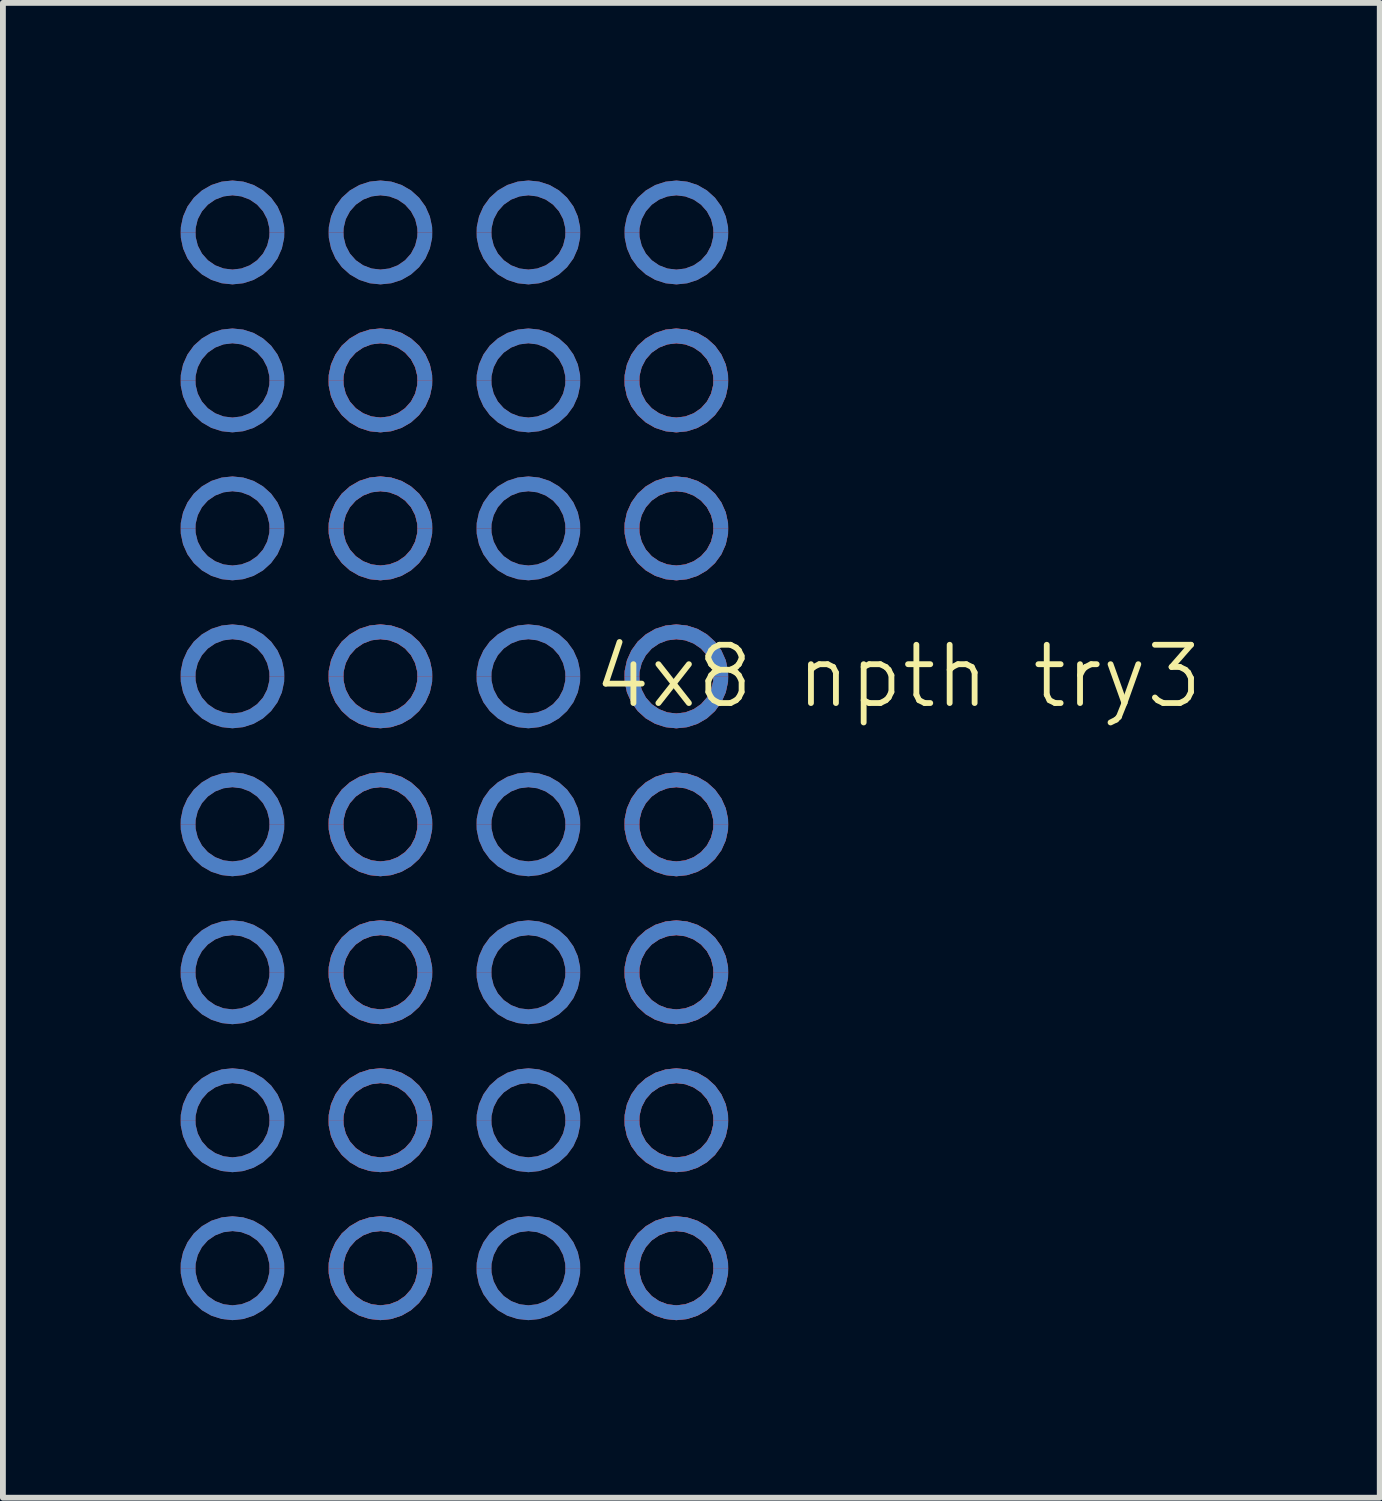
<source format=kicad_pcb>
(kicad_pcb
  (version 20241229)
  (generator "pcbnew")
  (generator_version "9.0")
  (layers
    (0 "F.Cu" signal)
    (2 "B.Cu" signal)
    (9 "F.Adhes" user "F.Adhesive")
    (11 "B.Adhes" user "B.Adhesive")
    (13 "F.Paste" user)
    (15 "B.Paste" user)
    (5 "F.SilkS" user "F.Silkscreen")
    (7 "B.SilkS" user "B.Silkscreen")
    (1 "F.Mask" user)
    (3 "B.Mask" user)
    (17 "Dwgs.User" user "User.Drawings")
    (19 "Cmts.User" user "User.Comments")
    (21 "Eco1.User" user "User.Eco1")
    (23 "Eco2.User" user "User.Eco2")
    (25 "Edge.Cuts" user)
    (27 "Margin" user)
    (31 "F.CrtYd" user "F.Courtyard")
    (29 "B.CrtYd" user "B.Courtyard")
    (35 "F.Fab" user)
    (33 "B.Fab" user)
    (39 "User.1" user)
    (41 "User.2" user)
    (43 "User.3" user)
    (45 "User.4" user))
  (footprint "4x8 npth try3"
    (layer "F.Cu")
    (at 4.751 9.831)
    (property "Reference" "4x8 npth try3" (at 7.62 -1.27 0) (unlocked yes) (layer "F.SilkS") (effects (font (size 1 1) (thickness 0.1))))
    (fp_poly (pts (xy -4.446 -6.351) (xy -4.444 -6.428) (xy -4.407 -6.577) (xy -4.336 -6.713) (xy -4.234 -6.828) (xy -4.107 -6.915) (xy -3.964 -6.97) (xy -3.811 -6.989) (xy -3.658 -6.97) (xy -3.515 -6.915) (xy -3.388 -6.828) (xy -3.286 -6.713) (xy -3.215 -6.577) (xy -3.178 -6.428) (xy -3.176 -6.351) (xy -2.922 -6.351) (xy -2.924 -6.444) (xy -2.963 -6.627) (xy -3.039 -6.797) (xy -3.148 -6.948) (xy -3.287 -7.072) (xy -3.448 -7.166) (xy -3.626 -7.223) (xy -3.811 -7.243) (xy -3.996 -7.223) (xy -4.174 -7.166) (xy -4.335 -7.072) (xy -4.474 -6.948) (xy -4.583 -6.797) (xy -4.659 -6.627) (xy -4.698 -6.444) (xy -4.7 -6.351)) (stroke (width 0) (type solid)) (fill yes) (layer "F.Cu"))
    (fp_poly (pts (xy -4.446 -3.811) (xy -4.444 -3.888) (xy -4.407 -4.037) (xy -4.336 -4.173) (xy -4.234 -4.288) (xy -4.107 -4.375) (xy -3.964 -4.43) (xy -3.811 -4.449) (xy -3.658 -4.43) (xy -3.515 -4.375) (xy -3.388 -4.288) (xy -3.286 -4.173) (xy -3.215 -4.037) (xy -3.178 -3.888) (xy -3.176 -3.811) (xy -2.922 -3.811) (xy -2.924 -3.904) (xy -2.963 -4.087) (xy -3.039 -4.257) (xy -3.148 -4.408) (xy -3.287 -4.532) (xy -3.448 -4.626) (xy -3.626 -4.683) (xy -3.811 -4.703) (xy -3.996 -4.683) (xy -4.174 -4.626) (xy -4.335 -4.532) (xy -4.474 -4.408) (xy -4.583 -4.257) (xy -4.659 -4.087) (xy -4.698 -3.904) (xy -4.7 -3.811)) (stroke (width 0) (type solid)) (fill yes) (layer "F.Cu"))
    (fp_poly (pts (xy -4.446 -1.271) (xy -4.444 -1.348) (xy -4.407 -1.497) (xy -4.336 -1.633) (xy -4.234 -1.748) (xy -4.107 -1.835) (xy -3.964 -1.89) (xy -3.811 -1.909) (xy -3.658 -1.89) (xy -3.515 -1.835) (xy -3.388 -1.748) (xy -3.286 -1.633) (xy -3.215 -1.497) (xy -3.178 -1.348) (xy -3.176 -1.271) (xy -2.922 -1.271) (xy -2.924 -1.364) (xy -2.963 -1.547) (xy -3.039 -1.717) (xy -3.148 -1.868) (xy -3.287 -1.992) (xy -3.448 -2.086) (xy -3.626 -2.143) (xy -3.811 -2.163) (xy -3.996 -2.143) (xy -4.174 -2.086) (xy -4.335 -1.992) (xy -4.474 -1.868) (xy -4.583 -1.717) (xy -4.659 -1.547) (xy -4.698 -1.364) (xy -4.7 -1.271)) (stroke (width 0) (type solid)) (fill yes) (layer "F.Cu"))
    (fp_poly (pts (xy -4.446 1.269) (xy -4.444 1.192) (xy -4.407 1.043) (xy -4.336 0.907) (xy -4.234 0.792) (xy -4.107 0.705) (xy -3.964 0.65) (xy -3.811 0.631) (xy -3.658 0.65) (xy -3.515 0.705) (xy -3.388 0.792) (xy -3.286 0.907) (xy -3.215 1.043) (xy -3.178 1.192) (xy -3.176 1.269) (xy -2.922 1.269) (xy -2.924 1.176) (xy -2.963 0.993) (xy -3.039 0.823) (xy -3.148 0.672) (xy -3.287 0.548) (xy -3.448 0.454) (xy -3.626 0.397) (xy -3.811 0.377) (xy -3.996 0.397) (xy -4.174 0.454) (xy -4.335 0.548) (xy -4.474 0.672) (xy -4.583 0.823) (xy -4.659 0.993) (xy -4.698 1.176) (xy -4.7 1.269)) (stroke (width 0) (type solid)) (fill yes) (layer "F.Cu"))
    (fp_poly (pts (xy -4.446 3.809) (xy -4.444 3.732) (xy -4.407 3.583) (xy -4.336 3.447) (xy -4.234 3.332) (xy -4.107 3.245) (xy -3.964 3.19) (xy -3.811 3.171) (xy -3.658 3.19) (xy -3.515 3.245) (xy -3.388 3.332) (xy -3.286 3.447) (xy -3.215 3.583) (xy -3.178 3.732) (xy -3.176 3.809) (xy -2.922 3.809) (xy -2.924 3.716) (xy -2.963 3.533) (xy -3.039 3.363) (xy -3.148 3.212) (xy -3.287 3.088) (xy -3.448 2.994) (xy -3.626 2.937) (xy -3.811 2.917) (xy -3.996 2.937) (xy -4.174 2.994) (xy -4.335 3.088) (xy -4.474 3.212) (xy -4.583 3.363) (xy -4.659 3.533) (xy -4.698 3.716) (xy -4.7 3.809)) (stroke (width 0) (type solid)) (fill yes) (layer "F.Cu"))
    (fp_poly (pts (xy -4.446 6.349) (xy -4.444 6.272) (xy -4.407 6.123) (xy -4.336 5.987) (xy -4.234 5.872) (xy -4.107 5.785) (xy -3.964 5.73) (xy -3.811 5.711) (xy -3.658 5.73) (xy -3.515 5.785) (xy -3.388 5.872) (xy -3.286 5.987) (xy -3.215 6.123) (xy -3.178 6.272) (xy -3.176 6.349) (xy -2.922 6.349) (xy -2.924 6.256) (xy -2.963 6.073) (xy -3.039 5.903) (xy -3.148 5.752) (xy -3.287 5.628) (xy -3.448 5.534) (xy -3.626 5.477) (xy -3.811 5.457) (xy -3.996 5.477) (xy -4.174 5.534) (xy -4.335 5.628) (xy -4.474 5.752) (xy -4.583 5.903) (xy -4.659 6.073) (xy -4.698 6.256) (xy -4.7 6.349)) (stroke (width 0) (type solid)) (fill yes) (layer "F.Cu"))
    (fp_poly (pts (xy -4.446 8.889) (xy -4.444 8.812) (xy -4.407 8.663) (xy -4.336 8.527) (xy -4.234 8.412) (xy -4.107 8.325) (xy -3.964 8.27) (xy -3.811 8.251) (xy -3.658 8.27) (xy -3.515 8.325) (xy -3.388 8.412) (xy -3.286 8.527) (xy -3.215 8.663) (xy -3.178 8.812) (xy -3.176 8.889) (xy -2.922 8.889) (xy -2.924 8.796) (xy -2.963 8.613) (xy -3.039 8.443) (xy -3.148 8.292) (xy -3.287 8.168) (xy -3.448 8.074) (xy -3.626 8.017) (xy -3.811 7.997) (xy -3.996 8.017) (xy -4.174 8.074) (xy -4.335 8.168) (xy -4.474 8.292) (xy -4.583 8.443) (xy -4.659 8.613) (xy -4.698 8.796) (xy -4.7 8.889)) (stroke (width 0) (type solid)) (fill yes) (layer "F.Cu"))
    (fp_poly (pts (xy -4.446 -8.891) (xy -4.443 -8.968) (xy -4.407 -9.117) (xy -4.335 -9.253) (xy -4.233 -9.368) (xy -4.107 -9.455) (xy -3.963 -9.51) (xy -3.811 -9.529) (xy -3.658 -9.51) (xy -3.514 -9.455) (xy -3.388 -9.368) (xy -3.286 -9.253) (xy -3.214 -9.117) (xy -3.178 -8.968) (xy -3.175 -8.891) (xy -2.921 -8.891) (xy -2.924 -8.984) (xy -2.963 -9.167) (xy -3.038 -9.337) (xy -3.148 -9.488) (xy -3.286 -9.612) (xy -3.448 -9.706) (xy -3.625 -9.763) (xy -3.811 -9.783) (xy -3.996 -9.763) (xy -4.173 -9.706) (xy -4.335 -9.612) (xy -4.473 -9.488) (xy -4.583 -9.337) (xy -4.658 -9.167) (xy -4.697 -8.984) (xy -4.699 -8.891)) (stroke (width 0) (type solid)) (fill yes) (layer "F.Cu"))
    (fp_poly (pts (xy -3.176 -6.351) (xy -3.178 -6.274) (xy -3.215 -6.125) (xy -3.286 -5.989) (xy -3.388 -5.874) (xy -3.515 -5.787) (xy -3.658 -5.732) (xy -3.811 -5.714) (xy -3.964 -5.732) (xy -4.107 -5.787) (xy -4.234 -5.874) (xy -4.336 -5.989) (xy -4.407 -6.125) (xy -4.444 -6.274) (xy -4.446 -6.351) (xy -4.7 -6.351) (xy -4.698 -6.258) (xy -4.659 -6.076) (xy -4.583 -5.905) (xy -4.473 -5.755) (xy -4.335 -5.63) (xy -4.174 -5.537) (xy -3.996 -5.479) (xy -3.811 -5.46) (xy -3.626 -5.479) (xy -3.448 -5.537) (xy -3.287 -5.63) (xy -3.149 -5.755) (xy -3.039 -5.905) (xy -2.963 -6.076) (xy -2.924 -6.258) (xy -2.922 -6.351)) (stroke (width 0) (type solid)) (fill yes) (layer "F.Cu"))
    (fp_poly (pts (xy -3.176 -3.811) (xy -3.178 -3.734) (xy -3.215 -3.585) (xy -3.286 -3.449) (xy -3.388 -3.334) (xy -3.515 -3.247) (xy -3.658 -3.192) (xy -3.811 -3.174) (xy -3.964 -3.192) (xy -4.107 -3.247) (xy -4.234 -3.334) (xy -4.336 -3.449) (xy -4.407 -3.585) (xy -4.444 -3.734) (xy -4.446 -3.811) (xy -4.7 -3.811) (xy -4.698 -3.718) (xy -4.659 -3.536) (xy -4.583 -3.365) (xy -4.473 -3.215) (xy -4.335 -3.09) (xy -4.174 -2.997) (xy -3.996 -2.939) (xy -3.811 -2.92) (xy -3.626 -2.939) (xy -3.448 -2.997) (xy -3.287 -3.09) (xy -3.149 -3.215) (xy -3.039 -3.365) (xy -2.963 -3.536) (xy -2.924 -3.718) (xy -2.922 -3.811)) (stroke (width 0) (type solid)) (fill yes) (layer "F.Cu"))
    (fp_poly (pts (xy -3.176 -1.271) (xy -3.178 -1.194) (xy -3.215 -1.045) (xy -3.286 -0.909) (xy -3.388 -0.794) (xy -3.515 -0.707) (xy -3.658 -0.652) (xy -3.811 -0.634) (xy -3.964 -0.652) (xy -4.107 -0.707) (xy -4.234 -0.794) (xy -4.336 -0.909) (xy -4.407 -1.045) (xy -4.444 -1.194) (xy -4.446 -1.271) (xy -4.7 -1.271) (xy -4.698 -1.178) (xy -4.659 -0.996) (xy -4.583 -0.825) (xy -4.473 -0.675) (xy -4.335 -0.55) (xy -4.174 -0.457) (xy -3.996 -0.399) (xy -3.811 -0.38) (xy -3.626 -0.399) (xy -3.448 -0.457) (xy -3.287 -0.55) (xy -3.149 -0.675) (xy -3.039 -0.825) (xy -2.963 -0.996) (xy -2.924 -1.178) (xy -2.922 -1.271)) (stroke (width 0) (type solid)) (fill yes) (layer "F.Cu"))
    (fp_poly (pts (xy -3.176 1.269) (xy -3.178 1.346) (xy -3.215 1.495) (xy -3.286 1.631) (xy -3.388 1.746) (xy -3.515 1.833) (xy -3.658 1.888) (xy -3.811 1.906) (xy -3.964 1.888) (xy -4.107 1.833) (xy -4.234 1.746) (xy -4.336 1.631) (xy -4.407 1.495) (xy -4.444 1.346) (xy -4.446 1.269) (xy -4.7 1.269) (xy -4.698 1.362) (xy -4.659 1.544) (xy -4.583 1.715) (xy -4.473 1.865) (xy -4.335 1.99) (xy -4.174 2.083) (xy -3.996 2.141) (xy -3.811 2.16) (xy -3.626 2.141) (xy -3.448 2.083) (xy -3.287 1.99) (xy -3.149 1.865) (xy -3.039 1.715) (xy -2.963 1.544) (xy -2.924 1.362) (xy -2.922 1.269)) (stroke (width 0) (type solid)) (fill yes) (layer "F.Cu"))
    (fp_poly (pts (xy -3.176 3.809) (xy -3.178 3.886) (xy -3.215 4.035) (xy -3.286 4.171) (xy -3.388 4.286) (xy -3.515 4.373) (xy -3.658 4.428) (xy -3.811 4.446) (xy -3.964 4.428) (xy -4.107 4.373) (xy -4.234 4.286) (xy -4.336 4.171) (xy -4.407 4.035) (xy -4.444 3.886) (xy -4.446 3.809) (xy -4.7 3.809) (xy -4.698 3.902) (xy -4.659 4.084) (xy -4.583 4.255) (xy -4.473 4.405) (xy -4.335 4.53) (xy -4.174 4.623) (xy -3.996 4.681) (xy -3.811 4.7) (xy -3.626 4.681) (xy -3.448 4.623) (xy -3.287 4.53) (xy -3.149 4.405) (xy -3.039 4.255) (xy -2.963 4.084) (xy -2.924 3.902) (xy -2.922 3.809)) (stroke (width 0) (type solid)) (fill yes) (layer "F.Cu"))
    (fp_poly (pts (xy -3.176 6.349) (xy -3.178 6.426) (xy -3.215 6.575) (xy -3.286 6.711) (xy -3.388 6.826) (xy -3.515 6.913) (xy -3.658 6.968) (xy -3.811 6.986) (xy -3.964 6.968) (xy -4.107 6.913) (xy -4.234 6.826) (xy -4.336 6.711) (xy -4.407 6.575) (xy -4.444 6.426) (xy -4.446 6.349) (xy -4.7 6.349) (xy -4.698 6.442) (xy -4.659 6.624) (xy -4.583 6.795) (xy -4.473 6.945) (xy -4.335 7.07) (xy -4.174 7.163) (xy -3.996 7.221) (xy -3.811 7.24) (xy -3.626 7.221) (xy -3.448 7.163) (xy -3.287 7.07) (xy -3.149 6.945) (xy -3.039 6.795) (xy -2.963 6.624) (xy -2.924 6.442) (xy -2.922 6.349)) (stroke (width 0) (type solid)) (fill yes) (layer "F.Cu"))
    (fp_poly (pts (xy -3.176 8.889) (xy -3.178 8.966) (xy -3.215 9.115) (xy -3.286 9.251) (xy -3.388 9.366) (xy -3.515 9.453) (xy -3.658 9.508) (xy -3.811 9.526) (xy -3.964 9.508) (xy -4.107 9.453) (xy -4.234 9.366) (xy -4.336 9.251) (xy -4.407 9.115) (xy -4.444 8.966) (xy -4.446 8.889) (xy -4.7 8.889) (xy -4.698 8.982) (xy -4.659 9.164) (xy -4.583 9.335) (xy -4.473 9.485) (xy -4.335 9.61) (xy -4.174 9.703) (xy -3.996 9.761) (xy -3.811 9.78) (xy -3.626 9.761) (xy -3.448 9.703) (xy -3.287 9.61) (xy -3.149 9.485) (xy -3.039 9.335) (xy -2.963 9.164) (xy -2.924 8.982) (xy -2.922 8.889)) (stroke (width 0) (type solid)) (fill yes) (layer "F.Cu"))
    (fp_poly (pts (xy -3.175 -8.891) (xy -3.178 -8.814) (xy -3.215 -8.665) (xy -3.286 -8.529) (xy -3.388 -8.414) (xy -3.514 -8.327) (xy -3.658 -8.272) (xy -3.811 -8.254) (xy -3.963 -8.272) (xy -4.107 -8.327) (xy -4.233 -8.414) (xy -4.335 -8.529) (xy -4.406 -8.665) (xy -4.443 -8.814) (xy -4.446 -8.891) (xy -4.699 -8.891) (xy -4.697 -8.798) (xy -4.658 -8.616) (xy -4.583 -8.445) (xy -4.473 -8.295) (xy -4.334 -8.17) (xy -4.173 -8.077) (xy -3.996 -8.019) (xy -3.811 -8) (xy -3.625 -8.019) (xy -3.448 -8.077) (xy -3.287 -8.17) (xy -3.148 -8.295) (xy -3.038 -8.445) (xy -2.963 -8.616) (xy -2.924 -8.798) (xy -2.921 -8.891)) (stroke (width 0) (type solid)) (fill yes) (layer "F.Cu"))
    (fp_poly (pts (xy -1.906 -6.351) (xy -1.904 -6.428) (xy -1.867 -6.577) (xy -1.796 -6.713) (xy -1.694 -6.828) (xy -1.567 -6.915) (xy -1.424 -6.97) (xy -1.271 -6.989) (xy -1.118 -6.97) (xy -0.975 -6.915) (xy -0.848 -6.828) (xy -0.746 -6.713) (xy -0.675 -6.577) (xy -0.638 -6.428) (xy -0.636 -6.351) (xy -0.382 -6.351) (xy -0.384 -6.444) (xy -0.423 -6.627) (xy -0.499 -6.797) (xy -0.608 -6.948) (xy -0.747 -7.072) (xy -0.908 -7.166) (xy -1.086 -7.223) (xy -1.271 -7.243) (xy -1.456 -7.223) (xy -1.634 -7.166) (xy -1.795 -7.072) (xy -1.934 -6.948) (xy -2.043 -6.797) (xy -2.119 -6.627) (xy -2.158 -6.444) (xy -2.16 -6.351)) (stroke (width 0) (type solid)) (fill yes) (layer "F.Cu"))
    (fp_poly (pts (xy -1.906 -6.351) (xy -1.904 -6.428) (xy -1.867 -6.577) (xy -1.796 -6.713) (xy -1.694 -6.828) (xy -1.567 -6.915) (xy -1.424 -6.97) (xy -1.271 -6.989) (xy -1.118 -6.97) (xy -0.975 -6.915) (xy -0.848 -6.828) (xy -0.746 -6.713) (xy -0.675 -6.577) (xy -0.638 -6.428) (xy -0.636 -6.351) (xy -0.382 -6.351) (xy -0.384 -6.444) (xy -0.423 -6.627) (xy -0.499 -6.797) (xy -0.608 -6.948) (xy -0.747 -7.072) (xy -0.908 -7.166) (xy -1.086 -7.223) (xy -1.271 -7.243) (xy -1.456 -7.223) (xy -1.634 -7.166) (xy -1.795 -7.072) (xy -1.934 -6.948) (xy -2.043 -6.797) (xy -2.119 -6.627) (xy -2.158 -6.444) (xy -2.16 -6.351)) (stroke (width 0) (type solid)) (fill yes) (layer "F.Cu"))
    (fp_poly (pts (xy -1.906 -3.811) (xy -1.904 -3.888) (xy -1.867 -4.037) (xy -1.796 -4.173) (xy -1.694 -4.288) (xy -1.567 -4.375) (xy -1.424 -4.43) (xy -1.271 -4.449) (xy -1.118 -4.43) (xy -0.975 -4.375) (xy -0.848 -4.288) (xy -0.746 -4.173) (xy -0.675 -4.037) (xy -0.638 -3.888) (xy -0.636 -3.811) (xy -0.382 -3.811) (xy -0.384 -3.904) (xy -0.423 -4.087) (xy -0.499 -4.257) (xy -0.608 -4.408) (xy -0.747 -4.532) (xy -0.908 -4.626) (xy -1.086 -4.683) (xy -1.271 -4.703) (xy -1.456 -4.683) (xy -1.634 -4.626) (xy -1.795 -4.532) (xy -1.934 -4.408) (xy -2.043 -4.257) (xy -2.119 -4.087) (xy -2.158 -3.904) (xy -2.16 -3.811)) (stroke (width 0) (type solid)) (fill yes) (layer "F.Cu"))
    (fp_poly (pts (xy -1.906 -3.811) (xy -1.904 -3.888) (xy -1.867 -4.037) (xy -1.796 -4.173) (xy -1.694 -4.288) (xy -1.567 -4.375) (xy -1.424 -4.43) (xy -1.271 -4.449) (xy -1.118 -4.43) (xy -0.975 -4.375) (xy -0.848 -4.288) (xy -0.746 -4.173) (xy -0.675 -4.037) (xy -0.638 -3.888) (xy -0.636 -3.811) (xy -0.382 -3.811) (xy -0.384 -3.904) (xy -0.423 -4.087) (xy -0.499 -4.257) (xy -0.608 -4.408) (xy -0.747 -4.532) (xy -0.908 -4.626) (xy -1.086 -4.683) (xy -1.271 -4.703) (xy -1.456 -4.683) (xy -1.634 -4.626) (xy -1.795 -4.532) (xy -1.934 -4.408) (xy -2.043 -4.257) (xy -2.119 -4.087) (xy -2.158 -3.904) (xy -2.16 -3.811)) (stroke (width 0) (type solid)) (fill yes) (layer "F.Cu"))
    (fp_poly (pts (xy -1.906 -1.271) (xy -1.904 -1.348) (xy -1.867 -1.497) (xy -1.796 -1.633) (xy -1.694 -1.748) (xy -1.567 -1.835) (xy -1.424 -1.89) (xy -1.271 -1.909) (xy -1.118 -1.89) (xy -0.975 -1.835) (xy -0.848 -1.748) (xy -0.746 -1.633) (xy -0.675 -1.497) (xy -0.638 -1.348) (xy -0.636 -1.271) (xy -0.382 -1.271) (xy -0.384 -1.364) (xy -0.423 -1.547) (xy -0.499 -1.717) (xy -0.608 -1.868) (xy -0.747 -1.992) (xy -0.908 -2.086) (xy -1.086 -2.143) (xy -1.271 -2.163) (xy -1.456 -2.143) (xy -1.634 -2.086) (xy -1.795 -1.992) (xy -1.934 -1.868) (xy -2.043 -1.717) (xy -2.119 -1.547) (xy -2.158 -1.364) (xy -2.16 -1.271)) (stroke (width 0) (type solid)) (fill yes) (layer "F.Cu"))
    (fp_poly (pts (xy -1.906 -1.271) (xy -1.904 -1.348) (xy -1.867 -1.497) (xy -1.796 -1.633) (xy -1.694 -1.748) (xy -1.567 -1.835) (xy -1.424 -1.89) (xy -1.271 -1.909) (xy -1.118 -1.89) (xy -0.975 -1.835) (xy -0.848 -1.748) (xy -0.746 -1.633) (xy -0.675 -1.497) (xy -0.638 -1.348) (xy -0.636 -1.271) (xy -0.382 -1.271) (xy -0.384 -1.364) (xy -0.423 -1.547) (xy -0.499 -1.717) (xy -0.608 -1.868) (xy -0.747 -1.992) (xy -0.908 -2.086) (xy -1.086 -2.143) (xy -1.271 -2.163) (xy -1.456 -2.143) (xy -1.634 -2.086) (xy -1.795 -1.992) (xy -1.934 -1.868) (xy -2.043 -1.717) (xy -2.119 -1.547) (xy -2.158 -1.364) (xy -2.16 -1.271)) (stroke (width 0) (type solid)) (fill yes) (layer "F.Cu"))
    (fp_poly (pts (xy -1.906 1.269) (xy -1.904 1.192) (xy -1.867 1.043) (xy -1.796 0.907) (xy -1.694 0.792) (xy -1.567 0.705) (xy -1.424 0.65) (xy -1.271 0.631) (xy -1.118 0.65) (xy -0.975 0.705) (xy -0.848 0.792) (xy -0.746 0.907) (xy -0.675 1.043) (xy -0.638 1.192) (xy -0.636 1.269) (xy -0.382 1.269) (xy -0.384 1.176) (xy -0.423 0.993) (xy -0.499 0.823) (xy -0.608 0.672) (xy -0.747 0.548) (xy -0.908 0.454) (xy -1.086 0.397) (xy -1.271 0.377) (xy -1.456 0.397) (xy -1.634 0.454) (xy -1.795 0.548) (xy -1.934 0.672) (xy -2.043 0.823) (xy -2.119 0.993) (xy -2.158 1.176) (xy -2.16 1.269)) (stroke (width 0) (type solid)) (fill yes) (layer "F.Cu"))
    (fp_poly (pts (xy -1.906 1.269) (xy -1.904 1.192) (xy -1.867 1.043) (xy -1.796 0.907) (xy -1.694 0.792) (xy -1.567 0.705) (xy -1.424 0.65) (xy -1.271 0.631) (xy -1.118 0.65) (xy -0.975 0.705) (xy -0.848 0.792) (xy -0.746 0.907) (xy -0.675 1.043) (xy -0.638 1.192) (xy -0.636 1.269) (xy -0.382 1.269) (xy -0.384 1.176) (xy -0.423 0.993) (xy -0.499 0.823) (xy -0.608 0.672) (xy -0.747 0.548) (xy -0.908 0.454) (xy -1.086 0.397) (xy -1.271 0.377) (xy -1.456 0.397) (xy -1.634 0.454) (xy -1.795 0.548) (xy -1.934 0.672) (xy -2.043 0.823) (xy -2.119 0.993) (xy -2.158 1.176) (xy -2.16 1.269)) (stroke (width 0) (type solid)) (fill yes) (layer "F.Cu"))
    (fp_poly (pts (xy -1.906 3.809) (xy -1.904 3.732) (xy -1.867 3.583) (xy -1.796 3.447) (xy -1.694 3.332) (xy -1.567 3.245) (xy -1.424 3.19) (xy -1.271 3.171) (xy -1.118 3.19) (xy -0.975 3.245) (xy -0.848 3.332) (xy -0.746 3.447) (xy -0.675 3.583) (xy -0.638 3.732) (xy -0.636 3.809) (xy -0.382 3.809) (xy -0.384 3.716) (xy -0.423 3.533) (xy -0.499 3.363) (xy -0.608 3.212) (xy -0.747 3.088) (xy -0.908 2.994) (xy -1.086 2.937) (xy -1.271 2.917) (xy -1.456 2.937) (xy -1.634 2.994) (xy -1.795 3.088) (xy -1.934 3.212) (xy -2.043 3.363) (xy -2.119 3.533) (xy -2.158 3.716) (xy -2.16 3.809)) (stroke (width 0) (type solid)) (fill yes) (layer "F.Cu"))
    (fp_poly (pts (xy -1.906 3.809) (xy -1.904 3.732) (xy -1.867 3.583) (xy -1.796 3.447) (xy -1.694 3.332) (xy -1.567 3.245) (xy -1.424 3.19) (xy -1.271 3.171) (xy -1.118 3.19) (xy -0.975 3.245) (xy -0.848 3.332) (xy -0.746 3.447) (xy -0.675 3.583) (xy -0.638 3.732) (xy -0.636 3.809) (xy -0.382 3.809) (xy -0.384 3.716) (xy -0.423 3.533) (xy -0.499 3.363) (xy -0.608 3.212) (xy -0.747 3.088) (xy -0.908 2.994) (xy -1.086 2.937) (xy -1.271 2.917) (xy -1.456 2.937) (xy -1.634 2.994) (xy -1.795 3.088) (xy -1.934 3.212) (xy -2.043 3.363) (xy -2.119 3.533) (xy -2.158 3.716) (xy -2.16 3.809)) (stroke (width 0) (type solid)) (fill yes) (layer "F.Cu"))
    (fp_poly (pts (xy -1.906 6.349) (xy -1.904 6.272) (xy -1.867 6.123) (xy -1.796 5.987) (xy -1.694 5.872) (xy -1.567 5.785) (xy -1.424 5.73) (xy -1.271 5.711) (xy -1.118 5.73) (xy -0.975 5.785) (xy -0.848 5.872) (xy -0.746 5.987) (xy -0.675 6.123) (xy -0.638 6.272) (xy -0.636 6.349) (xy -0.382 6.349) (xy -0.384 6.256) (xy -0.423 6.073) (xy -0.499 5.903) (xy -0.608 5.752) (xy -0.747 5.628) (xy -0.908 5.534) (xy -1.086 5.477) (xy -1.271 5.457) (xy -1.456 5.477) (xy -1.634 5.534) (xy -1.795 5.628) (xy -1.934 5.752) (xy -2.043 5.903) (xy -2.119 6.073) (xy -2.158 6.256) (xy -2.16 6.349)) (stroke (width 0) (type solid)) (fill yes) (layer "F.Cu"))
    (fp_poly (pts (xy -1.906 6.349) (xy -1.904 6.272) (xy -1.867 6.123) (xy -1.796 5.987) (xy -1.694 5.872) (xy -1.567 5.785) (xy -1.424 5.73) (xy -1.271 5.711) (xy -1.118 5.73) (xy -0.975 5.785) (xy -0.848 5.872) (xy -0.746 5.987) (xy -0.675 6.123) (xy -0.638 6.272) (xy -0.636 6.349) (xy -0.382 6.349) (xy -0.384 6.256) (xy -0.423 6.073) (xy -0.499 5.903) (xy -0.608 5.752) (xy -0.747 5.628) (xy -0.908 5.534) (xy -1.086 5.477) (xy -1.271 5.457) (xy -1.456 5.477) (xy -1.634 5.534) (xy -1.795 5.628) (xy -1.934 5.752) (xy -2.043 5.903) (xy -2.119 6.073) (xy -2.158 6.256) (xy -2.16 6.349)) (stroke (width 0) (type solid)) (fill yes) (layer "F.Cu"))
    (fp_poly (pts (xy -1.906 8.889) (xy -1.904 8.812) (xy -1.867 8.663) (xy -1.796 8.527) (xy -1.694 8.412) (xy -1.567 8.325) (xy -1.424 8.27) (xy -1.271 8.251) (xy -1.118 8.27) (xy -0.975 8.325) (xy -0.848 8.412) (xy -0.746 8.527) (xy -0.675 8.663) (xy -0.638 8.812) (xy -0.636 8.889) (xy -0.382 8.889) (xy -0.384 8.796) (xy -0.423 8.613) (xy -0.499 8.443) (xy -0.608 8.292) (xy -0.747 8.168) (xy -0.908 8.074) (xy -1.086 8.017) (xy -1.271 7.997) (xy -1.456 8.017) (xy -1.634 8.074) (xy -1.795 8.168) (xy -1.934 8.292) (xy -2.043 8.443) (xy -2.119 8.613) (xy -2.158 8.796) (xy -2.16 8.889)) (stroke (width 0) (type solid)) (fill yes) (layer "F.Cu"))
    (fp_poly (pts (xy -1.906 8.889) (xy -1.904 8.812) (xy -1.867 8.663) (xy -1.796 8.527) (xy -1.694 8.412) (xy -1.567 8.325) (xy -1.424 8.27) (xy -1.271 8.251) (xy -1.118 8.27) (xy -0.975 8.325) (xy -0.848 8.412) (xy -0.746 8.527) (xy -0.675 8.663) (xy -0.638 8.812) (xy -0.636 8.889) (xy -0.382 8.889) (xy -0.384 8.796) (xy -0.423 8.613) (xy -0.499 8.443) (xy -0.608 8.292) (xy -0.747 8.168) (xy -0.908 8.074) (xy -1.086 8.017) (xy -1.271 7.997) (xy -1.456 8.017) (xy -1.634 8.074) (xy -1.795 8.168) (xy -1.934 8.292) (xy -2.043 8.443) (xy -2.119 8.613) (xy -2.158 8.796) (xy -2.16 8.889)) (stroke (width 0) (type solid)) (fill yes) (layer "F.Cu"))
    (fp_poly (pts (xy -1.905 -8.891) (xy -1.903 -8.968) (xy -1.867 -9.117) (xy -1.795 -9.253) (xy -1.693 -9.368) (xy -1.567 -9.455) (xy -1.423 -9.51) (xy -1.27 -9.529) (xy -1.118 -9.51) (xy -0.974 -9.455) (xy -0.848 -9.368) (xy -0.746 -9.253) (xy -0.674 -9.117) (xy -0.638 -8.968) (xy -0.635 -8.891) (xy -0.382 -8.891) (xy -0.384 -8.984) (xy -0.423 -9.167) (xy -0.498 -9.337) (xy -0.608 -9.488) (xy -0.746 -9.612) (xy -0.908 -9.706) (xy -1.085 -9.763) (xy -1.27 -9.783) (xy -1.456 -9.763) (xy -1.633 -9.706) (xy -1.795 -9.612) (xy -1.933 -9.488) (xy -2.043 -9.337) (xy -2.118 -9.167) (xy -2.157 -8.984) (xy -2.159 -8.891)) (stroke (width 0) (type solid)) (fill yes) (layer "F.Cu"))
    (fp_poly (pts (xy -0.636 -6.351) (xy -0.638 -6.274) (xy -0.675 -6.125) (xy -0.746 -5.989) (xy -0.848 -5.874) (xy -0.975 -5.787) (xy -1.118 -5.732) (xy -1.271 -5.714) (xy -1.424 -5.732) (xy -1.567 -5.787) (xy -1.694 -5.874) (xy -1.796 -5.989) (xy -1.867 -6.125) (xy -1.904 -6.274) (xy -1.906 -6.351) (xy -2.16 -6.351) (xy -2.158 -6.258) (xy -2.119 -6.076) (xy -2.043 -5.905) (xy -1.933 -5.755) (xy -1.795 -5.63) (xy -1.634 -5.537) (xy -1.456 -5.479) (xy -1.271 -5.46) (xy -1.086 -5.479) (xy -0.908 -5.537) (xy -0.747 -5.63) (xy -0.609 -5.755) (xy -0.499 -5.905) (xy -0.423 -6.076) (xy -0.384 -6.258) (xy -0.382 -6.351)) (stroke (width 0) (type solid)) (fill yes) (layer "F.Cu"))
    (fp_poly (pts (xy -0.636 -6.351) (xy -0.638 -6.274) (xy -0.675 -6.125) (xy -0.746 -5.989) (xy -0.848 -5.874) (xy -0.975 -5.787) (xy -1.118 -5.732) (xy -1.271 -5.714) (xy -1.424 -5.732) (xy -1.567 -5.787) (xy -1.694 -5.874) (xy -1.796 -5.989) (xy -1.867 -6.125) (xy -1.904 -6.274) (xy -1.906 -6.351) (xy -2.16 -6.351) (xy -2.158 -6.258) (xy -2.119 -6.076) (xy -2.043 -5.905) (xy -1.933 -5.755) (xy -1.795 -5.63) (xy -1.634 -5.537) (xy -1.456 -5.479) (xy -1.271 -5.46) (xy -1.086 -5.479) (xy -0.908 -5.537) (xy -0.747 -5.63) (xy -0.609 -5.755) (xy -0.499 -5.905) (xy -0.423 -6.076) (xy -0.384 -6.258) (xy -0.382 -6.351)) (stroke (width 0) (type solid)) (fill yes) (layer "F.Cu"))
    (fp_poly (pts (xy -0.636 -3.811) (xy -0.638 -3.734) (xy -0.675 -3.585) (xy -0.746 -3.449) (xy -0.848 -3.334) (xy -0.975 -3.247) (xy -1.118 -3.192) (xy -1.271 -3.174) (xy -1.424 -3.192) (xy -1.567 -3.247) (xy -1.694 -3.334) (xy -1.796 -3.449) (xy -1.867 -3.585) (xy -1.904 -3.734) (xy -1.906 -3.811) (xy -2.16 -3.811) (xy -2.158 -3.718) (xy -2.119 -3.536) (xy -2.043 -3.365) (xy -1.933 -3.215) (xy -1.795 -3.09) (xy -1.634 -2.997) (xy -1.456 -2.939) (xy -1.271 -2.92) (xy -1.086 -2.939) (xy -0.908 -2.997) (xy -0.747 -3.09) (xy -0.609 -3.215) (xy -0.499 -3.365) (xy -0.423 -3.536) (xy -0.384 -3.718) (xy -0.382 -3.811)) (stroke (width 0) (type solid)) (fill yes) (layer "F.Cu"))
    (fp_poly (pts (xy -0.636 -3.811) (xy -0.638 -3.734) (xy -0.675 -3.585) (xy -0.746 -3.449) (xy -0.848 -3.334) (xy -0.975 -3.247) (xy -1.118 -3.192) (xy -1.271 -3.174) (xy -1.424 -3.192) (xy -1.567 -3.247) (xy -1.694 -3.334) (xy -1.796 -3.449) (xy -1.867 -3.585) (xy -1.904 -3.734) (xy -1.906 -3.811) (xy -2.16 -3.811) (xy -2.158 -3.718) (xy -2.119 -3.536) (xy -2.043 -3.365) (xy -1.933 -3.215) (xy -1.795 -3.09) (xy -1.634 -2.997) (xy -1.456 -2.939) (xy -1.271 -2.92) (xy -1.086 -2.939) (xy -0.908 -2.997) (xy -0.747 -3.09) (xy -0.609 -3.215) (xy -0.499 -3.365) (xy -0.423 -3.536) (xy -0.384 -3.718) (xy -0.382 -3.811)) (stroke (width 0) (type solid)) (fill yes) (layer "F.Cu"))
    (fp_poly (pts (xy -0.636 -1.271) (xy -0.638 -1.194) (xy -0.675 -1.045) (xy -0.746 -0.909) (xy -0.848 -0.794) (xy -0.975 -0.707) (xy -1.118 -0.652) (xy -1.271 -0.634) (xy -1.424 -0.652) (xy -1.567 -0.707) (xy -1.694 -0.794) (xy -1.796 -0.909) (xy -1.867 -1.045) (xy -1.904 -1.194) (xy -1.906 -1.271) (xy -2.16 -1.271) (xy -2.158 -1.178) (xy -2.119 -0.996) (xy -2.043 -0.825) (xy -1.933 -0.675) (xy -1.795 -0.55) (xy -1.634 -0.457) (xy -1.456 -0.399) (xy -1.271 -0.38) (xy -1.086 -0.399) (xy -0.908 -0.457) (xy -0.747 -0.55) (xy -0.609 -0.675) (xy -0.499 -0.825) (xy -0.423 -0.996) (xy -0.384 -1.178) (xy -0.382 -1.271)) (stroke (width 0) (type solid)) (fill yes) (layer "F.Cu"))
    (fp_poly (pts (xy -0.636 -1.271) (xy -0.638 -1.194) (xy -0.675 -1.045) (xy -0.746 -0.909) (xy -0.848 -0.794) (xy -0.975 -0.707) (xy -1.118 -0.652) (xy -1.271 -0.634) (xy -1.424 -0.652) (xy -1.567 -0.707) (xy -1.694 -0.794) (xy -1.796 -0.909) (xy -1.867 -1.045) (xy -1.904 -1.194) (xy -1.906 -1.271) (xy -2.16 -1.271) (xy -2.158 -1.178) (xy -2.119 -0.996) (xy -2.043 -0.825) (xy -1.933 -0.675) (xy -1.795 -0.55) (xy -1.634 -0.457) (xy -1.456 -0.399) (xy -1.271 -0.38) (xy -1.086 -0.399) (xy -0.908 -0.457) (xy -0.747 -0.55) (xy -0.609 -0.675) (xy -0.499 -0.825) (xy -0.423 -0.996) (xy -0.384 -1.178) (xy -0.382 -1.271)) (stroke (width 0) (type solid)) (fill yes) (layer "F.Cu"))
    (fp_poly (pts (xy -0.636 1.269) (xy -0.638 1.346) (xy -0.675 1.495) (xy -0.746 1.631) (xy -0.848 1.746) (xy -0.975 1.833) (xy -1.118 1.888) (xy -1.271 1.906) (xy -1.424 1.888) (xy -1.567 1.833) (xy -1.694 1.746) (xy -1.796 1.631) (xy -1.867 1.495) (xy -1.904 1.346) (xy -1.906 1.269) (xy -2.16 1.269) (xy -2.158 1.362) (xy -2.119 1.544) (xy -2.043 1.715) (xy -1.933 1.865) (xy -1.795 1.99) (xy -1.634 2.083) (xy -1.456 2.141) (xy -1.271 2.16) (xy -1.086 2.141) (xy -0.908 2.083) (xy -0.747 1.99) (xy -0.609 1.865) (xy -0.499 1.715) (xy -0.423 1.544) (xy -0.384 1.362) (xy -0.382 1.269)) (stroke (width 0) (type solid)) (fill yes) (layer "F.Cu"))
    (fp_poly (pts (xy -0.636 1.269) (xy -0.638 1.346) (xy -0.675 1.495) (xy -0.746 1.631) (xy -0.848 1.746) (xy -0.975 1.833) (xy -1.118 1.888) (xy -1.271 1.906) (xy -1.424 1.888) (xy -1.567 1.833) (xy -1.694 1.746) (xy -1.796 1.631) (xy -1.867 1.495) (xy -1.904 1.346) (xy -1.906 1.269) (xy -2.16 1.269) (xy -2.158 1.362) (xy -2.119 1.544) (xy -2.043 1.715) (xy -1.933 1.865) (xy -1.795 1.99) (xy -1.634 2.083) (xy -1.456 2.141) (xy -1.271 2.16) (xy -1.086 2.141) (xy -0.908 2.083) (xy -0.747 1.99) (xy -0.609 1.865) (xy -0.499 1.715) (xy -0.423 1.544) (xy -0.384 1.362) (xy -0.382 1.269)) (stroke (width 0) (type solid)) (fill yes) (layer "F.Cu"))
    (fp_poly (pts (xy -0.636 3.809) (xy -0.638 3.886) (xy -0.675 4.035) (xy -0.746 4.171) (xy -0.848 4.286) (xy -0.975 4.373) (xy -1.118 4.428) (xy -1.271 4.446) (xy -1.424 4.428) (xy -1.567 4.373) (xy -1.694 4.286) (xy -1.796 4.171) (xy -1.867 4.035) (xy -1.904 3.886) (xy -1.906 3.809) (xy -2.16 3.809) (xy -2.158 3.902) (xy -2.119 4.084) (xy -2.043 4.255) (xy -1.933 4.405) (xy -1.795 4.53) (xy -1.634 4.623) (xy -1.456 4.681) (xy -1.271 4.7) (xy -1.086 4.681) (xy -0.908 4.623) (xy -0.747 4.53) (xy -0.609 4.405) (xy -0.499 4.255) (xy -0.423 4.084) (xy -0.384 3.902) (xy -0.382 3.809)) (stroke (width 0) (type solid)) (fill yes) (layer "F.Cu"))
    (fp_poly (pts (xy -0.636 3.809) (xy -0.638 3.886) (xy -0.675 4.035) (xy -0.746 4.171) (xy -0.848 4.286) (xy -0.975 4.373) (xy -1.118 4.428) (xy -1.271 4.446) (xy -1.424 4.428) (xy -1.567 4.373) (xy -1.694 4.286) (xy -1.796 4.171) (xy -1.867 4.035) (xy -1.904 3.886) (xy -1.906 3.809) (xy -2.16 3.809) (xy -2.158 3.902) (xy -2.119 4.084) (xy -2.043 4.255) (xy -1.933 4.405) (xy -1.795 4.53) (xy -1.634 4.623) (xy -1.456 4.681) (xy -1.271 4.7) (xy -1.086 4.681) (xy -0.908 4.623) (xy -0.747 4.53) (xy -0.609 4.405) (xy -0.499 4.255) (xy -0.423 4.084) (xy -0.384 3.902) (xy -0.382 3.809)) (stroke (width 0) (type solid)) (fill yes) (layer "F.Cu"))
    (fp_poly (pts (xy -0.636 6.349) (xy -0.638 6.426) (xy -0.675 6.575) (xy -0.746 6.711) (xy -0.848 6.826) (xy -0.975 6.913) (xy -1.118 6.968) (xy -1.271 6.986) (xy -1.424 6.968) (xy -1.567 6.913) (xy -1.694 6.826) (xy -1.796 6.711) (xy -1.867 6.575) (xy -1.904 6.426) (xy -1.906 6.349) (xy -2.16 6.349) (xy -2.158 6.442) (xy -2.119 6.624) (xy -2.043 6.795) (xy -1.933 6.945) (xy -1.795 7.07) (xy -1.634 7.163) (xy -1.456 7.221) (xy -1.271 7.24) (xy -1.086 7.221) (xy -0.908 7.163) (xy -0.747 7.07) (xy -0.609 6.945) (xy -0.499 6.795) (xy -0.423 6.624) (xy -0.384 6.442) (xy -0.382 6.349)) (stroke (width 0) (type solid)) (fill yes) (layer "F.Cu"))
    (fp_poly (pts (xy -0.636 6.349) (xy -0.638 6.426) (xy -0.675 6.575) (xy -0.746 6.711) (xy -0.848 6.826) (xy -0.975 6.913) (xy -1.118 6.968) (xy -1.271 6.986) (xy -1.424 6.968) (xy -1.567 6.913) (xy -1.694 6.826) (xy -1.796 6.711) (xy -1.867 6.575) (xy -1.904 6.426) (xy -1.906 6.349) (xy -2.16 6.349) (xy -2.158 6.442) (xy -2.119 6.624) (xy -2.043 6.795) (xy -1.933 6.945) (xy -1.795 7.07) (xy -1.634 7.163) (xy -1.456 7.221) (xy -1.271 7.24) (xy -1.086 7.221) (xy -0.908 7.163) (xy -0.747 7.07) (xy -0.609 6.945) (xy -0.499 6.795) (xy -0.423 6.624) (xy -0.384 6.442) (xy -0.382 6.349)) (stroke (width 0) (type solid)) (fill yes) (layer "F.Cu"))
    (fp_poly (pts (xy -0.636 8.889) (xy -0.638 8.966) (xy -0.675 9.115) (xy -0.746 9.251) (xy -0.848 9.366) (xy -0.975 9.453) (xy -1.118 9.508) (xy -1.271 9.526) (xy -1.424 9.508) (xy -1.567 9.453) (xy -1.694 9.366) (xy -1.796 9.251) (xy -1.867 9.115) (xy -1.904 8.966) (xy -1.906 8.889) (xy -2.16 8.889) (xy -2.158 8.982) (xy -2.119 9.164) (xy -2.043 9.335) (xy -1.933 9.485) (xy -1.795 9.61) (xy -1.634 9.703) (xy -1.456 9.761) (xy -1.271 9.78) (xy -1.086 9.761) (xy -0.908 9.703) (xy -0.747 9.61) (xy -0.609 9.485) (xy -0.499 9.335) (xy -0.423 9.164) (xy -0.384 8.982) (xy -0.382 8.889)) (stroke (width 0) (type solid)) (fill yes) (layer "F.Cu"))
    (fp_poly (pts (xy -0.636 8.889) (xy -0.638 8.966) (xy -0.675 9.115) (xy -0.746 9.251) (xy -0.848 9.366) (xy -0.975 9.453) (xy -1.118 9.508) (xy -1.271 9.526) (xy -1.424 9.508) (xy -1.567 9.453) (xy -1.694 9.366) (xy -1.796 9.251) (xy -1.867 9.115) (xy -1.904 8.966) (xy -1.906 8.889) (xy -2.16 8.889) (xy -2.158 8.982) (xy -2.119 9.164) (xy -2.043 9.335) (xy -1.933 9.485) (xy -1.795 9.61) (xy -1.634 9.703) (xy -1.456 9.761) (xy -1.271 9.78) (xy -1.086 9.761) (xy -0.908 9.703) (xy -0.747 9.61) (xy -0.609 9.485) (xy -0.499 9.335) (xy -0.423 9.164) (xy -0.384 8.982) (xy -0.382 8.889)) (stroke (width 0) (type solid)) (fill yes) (layer "F.Cu"))
    (fp_poly (pts (xy -0.635 -8.891) (xy -0.638 -8.814) (xy -0.675 -8.665) (xy -0.746 -8.529) (xy -0.848 -8.414) (xy -0.974 -8.327) (xy -1.118 -8.272) (xy -1.27 -8.254) (xy -1.423 -8.272) (xy -1.567 -8.327) (xy -1.693 -8.414) (xy -1.795 -8.529) (xy -1.866 -8.665) (xy -1.903 -8.814) (xy -1.905 -8.891) (xy -2.159 -8.891) (xy -2.157 -8.798) (xy -2.118 -8.616) (xy -2.043 -8.445) (xy -1.933 -8.295) (xy -1.794 -8.17) (xy -1.633 -8.077) (xy -1.456 -8.019) (xy -1.27 -8) (xy -1.085 -8.019) (xy -0.908 -8.077) (xy -0.747 -8.17) (xy -0.608 -8.295) (xy -0.498 -8.445) (xy -0.423 -8.616) (xy -0.384 -8.798) (xy -0.382 -8.891)) (stroke (width 0) (type solid)) (fill yes) (layer "F.Cu"))
    (fp_poly (pts (xy 0.634 -6.351) (xy 0.636 -6.428) (xy 0.673 -6.577) (xy 0.744 -6.713) (xy 0.846 -6.828) (xy 0.973 -6.915) (xy 1.116 -6.97) (xy 1.269 -6.989) (xy 1.422 -6.97) (xy 1.565 -6.915) (xy 1.692 -6.828) (xy 1.794 -6.713) (xy 1.865 -6.577) (xy 1.902 -6.428) (xy 1.904 -6.351) (xy 2.158 -6.351) (xy 2.156 -6.444) (xy 2.117 -6.627) (xy 2.041 -6.797) (xy 1.932 -6.948) (xy 1.793 -7.072) (xy 1.632 -7.166) (xy 1.454 -7.223) (xy 1.269 -7.243) (xy 1.084 -7.223) (xy 0.906 -7.166) (xy 0.745 -7.072) (xy 0.606 -6.948) (xy 0.497 -6.797) (xy 0.421 -6.627) (xy 0.382 -6.444) (xy 0.38 -6.351)) (stroke (width 0) (type solid)) (fill yes) (layer "F.Cu"))
    (fp_poly (pts (xy 0.634 -3.811) (xy 0.636 -3.888) (xy 0.673 -4.037) (xy 0.744 -4.173) (xy 0.846 -4.288) (xy 0.973 -4.375) (xy 1.116 -4.43) (xy 1.269 -4.449) (xy 1.422 -4.43) (xy 1.565 -4.375) (xy 1.692 -4.288) (xy 1.794 -4.173) (xy 1.865 -4.037) (xy 1.902 -3.888) (xy 1.904 -3.811) (xy 2.158 -3.811) (xy 2.156 -3.904) (xy 2.117 -4.087) (xy 2.041 -4.257) (xy 1.932 -4.408) (xy 1.793 -4.532) (xy 1.632 -4.626) (xy 1.454 -4.683) (xy 1.269 -4.703) (xy 1.084 -4.683) (xy 0.906 -4.626) (xy 0.745 -4.532) (xy 0.606 -4.408) (xy 0.497 -4.257) (xy 0.421 -4.087) (xy 0.382 -3.904) (xy 0.38 -3.811)) (stroke (width 0) (type solid)) (fill yes) (layer "F.Cu"))
    (fp_poly (pts (xy 0.634 -1.271) (xy 0.636 -1.348) (xy 0.673 -1.497) (xy 0.744 -1.633) (xy 0.846 -1.748) (xy 0.973 -1.835) (xy 1.116 -1.89) (xy 1.269 -1.909) (xy 1.422 -1.89) (xy 1.565 -1.835) (xy 1.692 -1.748) (xy 1.794 -1.633) (xy 1.865 -1.497) (xy 1.902 -1.348) (xy 1.904 -1.271) (xy 2.158 -1.271) (xy 2.156 -1.364) (xy 2.117 -1.547) (xy 2.041 -1.717) (xy 1.932 -1.868) (xy 1.793 -1.992) (xy 1.632 -2.086) (xy 1.454 -2.143) (xy 1.269 -2.163) (xy 1.084 -2.143) (xy 0.906 -2.086) (xy 0.745 -1.992) (xy 0.606 -1.868) (xy 0.497 -1.717) (xy 0.421 -1.547) (xy 0.382 -1.364) (xy 0.38 -1.271)) (stroke (width 0) (type solid)) (fill yes) (layer "F.Cu"))
    (fp_poly (pts (xy 0.634 1.269) (xy 0.636 1.192) (xy 0.673 1.043) (xy 0.744 0.907) (xy 0.846 0.792) (xy 0.973 0.705) (xy 1.116 0.65) (xy 1.269 0.631) (xy 1.422 0.65) (xy 1.565 0.705) (xy 1.692 0.792) (xy 1.794 0.907) (xy 1.865 1.043) (xy 1.902 1.192) (xy 1.904 1.269) (xy 2.158 1.269) (xy 2.156 1.176) (xy 2.117 0.993) (xy 2.041 0.823) (xy 1.932 0.672) (xy 1.793 0.548) (xy 1.632 0.454) (xy 1.454 0.397) (xy 1.269 0.377) (xy 1.084 0.397) (xy 0.906 0.454) (xy 0.745 0.548) (xy 0.606 0.672) (xy 0.497 0.823) (xy 0.421 0.993) (xy 0.382 1.176) (xy 0.38 1.269)) (stroke (width 0) (type solid)) (fill yes) (layer "F.Cu"))
    (fp_poly (pts (xy 0.634 3.809) (xy 0.636 3.732) (xy 0.673 3.583) (xy 0.744 3.447) (xy 0.846 3.332) (xy 0.973 3.245) (xy 1.116 3.19) (xy 1.269 3.171) (xy 1.422 3.19) (xy 1.565 3.245) (xy 1.692 3.332) (xy 1.794 3.447) (xy 1.865 3.583) (xy 1.902 3.732) (xy 1.904 3.809) (xy 2.158 3.809) (xy 2.156 3.716) (xy 2.117 3.533) (xy 2.041 3.363) (xy 1.932 3.212) (xy 1.793 3.088) (xy 1.632 2.994) (xy 1.454 2.937) (xy 1.269 2.917) (xy 1.084 2.937) (xy 0.906 2.994) (xy 0.745 3.088) (xy 0.606 3.212) (xy 0.497 3.363) (xy 0.421 3.533) (xy 0.382 3.716) (xy 0.38 3.809)) (stroke (width 0) (type solid)) (fill yes) (layer "F.Cu"))
    (fp_poly (pts (xy 0.634 6.349) (xy 0.636 6.272) (xy 0.673 6.123) (xy 0.744 5.987) (xy 0.846 5.872) (xy 0.973 5.785) (xy 1.116 5.73) (xy 1.269 5.711) (xy 1.422 5.73) (xy 1.565 5.785) (xy 1.692 5.872) (xy 1.794 5.987) (xy 1.865 6.123) (xy 1.902 6.272) (xy 1.904 6.349) (xy 2.158 6.349) (xy 2.156 6.256) (xy 2.117 6.073) (xy 2.041 5.903) (xy 1.932 5.752) (xy 1.793 5.628) (xy 1.632 5.534) (xy 1.454 5.477) (xy 1.269 5.457) (xy 1.084 5.477) (xy 0.906 5.534) (xy 0.745 5.628) (xy 0.606 5.752) (xy 0.497 5.903) (xy 0.421 6.073) (xy 0.382 6.256) (xy 0.38 6.349)) (stroke (width 0) (type solid)) (fill yes) (layer "F.Cu"))
    (fp_poly (pts (xy 0.634 8.889) (xy 0.636 8.812) (xy 0.673 8.663) (xy 0.744 8.527) (xy 0.846 8.412) (xy 0.973 8.325) (xy 1.116 8.27) (xy 1.269 8.251) (xy 1.422 8.27) (xy 1.565 8.325) (xy 1.692 8.412) (xy 1.794 8.527) (xy 1.865 8.663) (xy 1.902 8.812) (xy 1.904 8.889) (xy 2.158 8.889) (xy 2.156 8.796) (xy 2.117 8.613) (xy 2.041 8.443) (xy 1.932 8.292) (xy 1.793 8.168) (xy 1.632 8.074) (xy 1.454 8.017) (xy 1.269 7.997) (xy 1.084 8.017) (xy 0.906 8.074) (xy 0.745 8.168) (xy 0.606 8.292) (xy 0.497 8.443) (xy 0.421 8.613) (xy 0.382 8.796) (xy 0.38 8.889)) (stroke (width 0) (type solid)) (fill yes) (layer "F.Cu"))
    (fp_poly (pts (xy 0.634 -8.891) (xy 0.637 -8.968) (xy 0.673 -9.117) (xy 0.745 -9.253) (xy 0.847 -9.368) (xy 0.973 -9.455) (xy 1.117 -9.51) (xy 1.27 -9.529) (xy 1.422 -9.51) (xy 1.566 -9.455) (xy 1.692 -9.368) (xy 1.794 -9.253) (xy 1.866 -9.117) (xy 1.902 -8.968) (xy 1.905 -8.891) (xy 2.159 -8.891) (xy 2.156 -8.984) (xy 2.117 -9.167) (xy 2.042 -9.337) (xy 1.932 -9.488) (xy 1.794 -9.612) (xy 1.632 -9.706) (xy 1.455 -9.763) (xy 1.27 -9.783) (xy 1.084 -9.763) (xy 0.907 -9.706) (xy 0.745 -9.612) (xy 0.607 -9.488) (xy 0.497 -9.337) (xy 0.422 -9.167) (xy 0.383 -8.984) (xy 0.381 -8.891)) (stroke (width 0) (type solid)) (fill yes) (layer "F.Cu"))
    (fp_poly (pts (xy 1.904 -6.351) (xy 1.902 -6.274) (xy 1.865 -6.125) (xy 1.794 -5.989) (xy 1.692 -5.874) (xy 1.565 -5.787) (xy 1.422 -5.732) (xy 1.269 -5.714) (xy 1.116 -5.732) (xy 0.973 -5.787) (xy 0.846 -5.874) (xy 0.744 -5.989) (xy 0.673 -6.125) (xy 0.636 -6.274) (xy 0.634 -6.351) (xy 0.38 -6.351) (xy 0.382 -6.258) (xy 0.421 -6.076) (xy 0.497 -5.905) (xy 0.607 -5.755) (xy 0.745 -5.63) (xy 0.906 -5.537) (xy 1.084 -5.479) (xy 1.269 -5.46) (xy 1.454 -5.479) (xy 1.632 -5.537) (xy 1.793 -5.63) (xy 1.931 -5.755) (xy 2.041 -5.905) (xy 2.117 -6.076) (xy 2.156 -6.258) (xy 2.158 -6.351)) (stroke (width 0) (type solid)) (fill yes) (layer "F.Cu"))
    (fp_poly (pts (xy 1.904 -3.811) (xy 1.902 -3.734) (xy 1.865 -3.585) (xy 1.794 -3.449) (xy 1.692 -3.334) (xy 1.565 -3.247) (xy 1.422 -3.192) (xy 1.269 -3.174) (xy 1.116 -3.192) (xy 0.973 -3.247) (xy 0.846 -3.334) (xy 0.744 -3.449) (xy 0.673 -3.585) (xy 0.636 -3.734) (xy 0.634 -3.811) (xy 0.38 -3.811) (xy 0.382 -3.718) (xy 0.421 -3.536) (xy 0.497 -3.365) (xy 0.607 -3.215) (xy 0.745 -3.09) (xy 0.906 -2.997) (xy 1.084 -2.939) (xy 1.269 -2.92) (xy 1.454 -2.939) (xy 1.632 -2.997) (xy 1.793 -3.09) (xy 1.931 -3.215) (xy 2.041 -3.365) (xy 2.117 -3.536) (xy 2.156 -3.718) (xy 2.158 -3.811)) (stroke (width 0) (type solid)) (fill yes) (layer "F.Cu"))
    (fp_poly (pts (xy 1.904 -1.271) (xy 1.902 -1.194) (xy 1.865 -1.045) (xy 1.794 -0.909) (xy 1.692 -0.794) (xy 1.565 -0.707) (xy 1.422 -0.652) (xy 1.269 -0.634) (xy 1.116 -0.652) (xy 0.973 -0.707) (xy 0.846 -0.794) (xy 0.744 -0.909) (xy 0.673 -1.045) (xy 0.636 -1.194) (xy 0.634 -1.271) (xy 0.38 -1.271) (xy 0.382 -1.178) (xy 0.421 -0.996) (xy 0.497 -0.825) (xy 0.607 -0.675) (xy 0.745 -0.55) (xy 0.906 -0.457) (xy 1.084 -0.399) (xy 1.269 -0.38) (xy 1.454 -0.399) (xy 1.632 -0.457) (xy 1.793 -0.55) (xy 1.931 -0.675) (xy 2.041 -0.825) (xy 2.117 -0.996) (xy 2.156 -1.178) (xy 2.158 -1.271)) (stroke (width 0) (type solid)) (fill yes) (layer "F.Cu"))
    (fp_poly (pts (xy 1.904 1.269) (xy 1.902 1.346) (xy 1.865 1.495) (xy 1.794 1.631) (xy 1.692 1.746) (xy 1.565 1.833) (xy 1.422 1.888) (xy 1.269 1.906) (xy 1.116 1.888) (xy 0.973 1.833) (xy 0.846 1.746) (xy 0.744 1.631) (xy 0.673 1.495) (xy 0.636 1.346) (xy 0.634 1.269) (xy 0.38 1.269) (xy 0.382 1.362) (xy 0.421 1.544) (xy 0.497 1.715) (xy 0.607 1.865) (xy 0.745 1.99) (xy 0.906 2.083) (xy 1.084 2.141) (xy 1.269 2.16) (xy 1.454 2.141) (xy 1.632 2.083) (xy 1.793 1.99) (xy 1.931 1.865) (xy 2.041 1.715) (xy 2.117 1.544) (xy 2.156 1.362) (xy 2.158 1.269)) (stroke (width 0) (type solid)) (fill yes) (layer "F.Cu"))
    (fp_poly (pts (xy 1.904 3.809) (xy 1.902 3.886) (xy 1.865 4.035) (xy 1.794 4.171) (xy 1.692 4.286) (xy 1.565 4.373) (xy 1.422 4.428) (xy 1.269 4.446) (xy 1.116 4.428) (xy 0.973 4.373) (xy 0.846 4.286) (xy 0.744 4.171) (xy 0.673 4.035) (xy 0.636 3.886) (xy 0.634 3.809) (xy 0.38 3.809) (xy 0.382 3.902) (xy 0.421 4.084) (xy 0.497 4.255) (xy 0.607 4.405) (xy 0.745 4.53) (xy 0.906 4.623) (xy 1.084 4.681) (xy 1.269 4.7) (xy 1.454 4.681) (xy 1.632 4.623) (xy 1.793 4.53) (xy 1.931 4.405) (xy 2.041 4.255) (xy 2.117 4.084) (xy 2.156 3.902) (xy 2.158 3.809)) (stroke (width 0) (type solid)) (fill yes) (layer "F.Cu"))
    (fp_poly (pts (xy 1.904 6.349) (xy 1.902 6.426) (xy 1.865 6.575) (xy 1.794 6.711) (xy 1.692 6.826) (xy 1.565 6.913) (xy 1.422 6.968) (xy 1.269 6.986) (xy 1.116 6.968) (xy 0.973 6.913) (xy 0.846 6.826) (xy 0.744 6.711) (xy 0.673 6.575) (xy 0.636 6.426) (xy 0.634 6.349) (xy 0.38 6.349) (xy 0.382 6.442) (xy 0.421 6.624) (xy 0.497 6.795) (xy 0.607 6.945) (xy 0.745 7.07) (xy 0.906 7.163) (xy 1.084 7.221) (xy 1.269 7.24) (xy 1.454 7.221) (xy 1.632 7.163) (xy 1.793 7.07) (xy 1.931 6.945) (xy 2.041 6.795) (xy 2.117 6.624) (xy 2.156 6.442) (xy 2.158 6.349)) (stroke (width 0) (type solid)) (fill yes) (layer "F.Cu"))
    (fp_poly (pts (xy 1.904 8.889) (xy 1.902 8.966) (xy 1.865 9.115) (xy 1.794 9.251) (xy 1.692 9.366) (xy 1.565 9.453) (xy 1.422 9.508) (xy 1.269 9.526) (xy 1.116 9.508) (xy 0.973 9.453) (xy 0.846 9.366) (xy 0.744 9.251) (xy 0.673 9.115) (xy 0.636 8.966) (xy 0.634 8.889) (xy 0.38 8.889) (xy 0.382 8.982) (xy 0.421 9.164) (xy 0.497 9.335) (xy 0.607 9.485) (xy 0.745 9.61) (xy 0.906 9.703) (xy 1.084 9.761) (xy 1.269 9.78) (xy 1.454 9.761) (xy 1.632 9.703) (xy 1.793 9.61) (xy 1.931 9.485) (xy 2.041 9.335) (xy 2.117 9.164) (xy 2.156 8.982) (xy 2.158 8.889)) (stroke (width 0) (type solid)) (fill yes) (layer "F.Cu"))
    (fp_poly (pts (xy 1.905 -8.891) (xy 1.902 -8.814) (xy 1.865 -8.665) (xy 1.794 -8.529) (xy 1.692 -8.414) (xy 1.566 -8.327) (xy 1.422 -8.272) (xy 1.27 -8.254) (xy 1.117 -8.272) (xy 0.973 -8.327) (xy 0.847 -8.414) (xy 0.745 -8.529) (xy 0.674 -8.665) (xy 0.637 -8.814) (xy 0.634 -8.891) (xy 0.381 -8.891) (xy 0.383 -8.798) (xy 0.422 -8.616) (xy 0.497 -8.445) (xy 0.607 -8.295) (xy 0.746 -8.17) (xy 0.907 -8.077) (xy 1.084 -8.019) (xy 1.27 -8) (xy 1.455 -8.019) (xy 1.632 -8.077) (xy 1.793 -8.17) (xy 1.932 -8.295) (xy 2.042 -8.445) (xy 2.117 -8.616) (xy 2.156 -8.798) (xy 2.159 -8.891)) (stroke (width 0) (type solid)) (fill yes) (layer "F.Cu"))
    (fp_poly (pts (xy 3.174 -6.351) (xy 3.176 -6.427) (xy 3.213 -6.577) (xy 3.284 -6.713) (xy 3.386 -6.828) (xy 3.513 -6.915) (xy 3.656 -6.969) (xy 3.809 -6.988) (xy 3.962 -6.969) (xy 4.105 -6.915) (xy 4.232 -6.828) (xy 4.334 -6.713) (xy 4.405 -6.577) (xy 4.442 -6.427) (xy 4.444 -6.351) (xy 4.698 -6.351) (xy 4.696 -6.444) (xy 4.657 -6.626) (xy 4.581 -6.796) (xy 4.472 -6.947) (xy 4.333 -7.072) (xy 4.172 -7.165) (xy 3.994 -7.223) (xy 3.809 -7.242) (xy 3.624 -7.223) (xy 3.446 -7.165) (xy 3.285 -7.072) (xy 3.146 -6.947) (xy 3.037 -6.796) (xy 2.961 -6.626) (xy 2.922 -6.444) (xy 2.92 -6.351)) (stroke (width 0) (type solid)) (fill yes) (layer "F.Cu"))
    (fp_poly (pts (xy 3.174 -6.351) (xy 3.176 -6.427) (xy 3.213 -6.577) (xy 3.284 -6.713) (xy 3.386 -6.828) (xy 3.513 -6.915) (xy 3.656 -6.969) (xy 3.809 -6.988) (xy 3.962 -6.969) (xy 4.105 -6.915) (xy 4.232 -6.828) (xy 4.334 -6.713) (xy 4.405 -6.577) (xy 4.442 -6.427) (xy 4.444 -6.351) (xy 4.698 -6.351) (xy 4.696 -6.444) (xy 4.657 -6.626) (xy 4.581 -6.796) (xy 4.472 -6.947) (xy 4.333 -7.072) (xy 4.172 -7.165) (xy 3.994 -7.223) (xy 3.809 -7.242) (xy 3.624 -7.223) (xy 3.446 -7.165) (xy 3.285 -7.072) (xy 3.146 -6.947) (xy 3.037 -6.796) (xy 2.961 -6.626) (xy 2.922 -6.444) (xy 2.92 -6.351)) (stroke (width 0) (type solid)) (fill yes) (layer "F.Cu"))
    (fp_poly (pts (xy 3.174 -3.811) (xy 3.176 -3.887) (xy 3.213 -4.037) (xy 3.284 -4.173) (xy 3.386 -4.288) (xy 3.513 -4.375) (xy 3.656 -4.429) (xy 3.809 -4.448) (xy 3.962 -4.429) (xy 4.105 -4.375) (xy 4.232 -4.288) (xy 4.334 -4.173) (xy 4.405 -4.037) (xy 4.442 -3.887) (xy 4.444 -3.811) (xy 4.698 -3.811) (xy 4.696 -3.904) (xy 4.657 -4.086) (xy 4.581 -4.256) (xy 4.472 -4.407) (xy 4.333 -4.532) (xy 4.172 -4.625) (xy 3.994 -4.683) (xy 3.809 -4.702) (xy 3.624 -4.683) (xy 3.446 -4.625) (xy 3.285 -4.532) (xy 3.146 -4.407) (xy 3.037 -4.256) (xy 2.961 -4.086) (xy 2.922 -3.904) (xy 2.92 -3.811)) (stroke (width 0) (type solid)) (fill yes) (layer "F.Cu"))
    (fp_poly (pts (xy 3.174 -3.811) (xy 3.176 -3.887) (xy 3.213 -4.037) (xy 3.284 -4.173) (xy 3.386 -4.288) (xy 3.513 -4.375) (xy 3.656 -4.429) (xy 3.809 -4.448) (xy 3.962 -4.429) (xy 4.105 -4.375) (xy 4.232 -4.288) (xy 4.334 -4.173) (xy 4.405 -4.037) (xy 4.442 -3.887) (xy 4.444 -3.811) (xy 4.698 -3.811) (xy 4.696 -3.904) (xy 4.657 -4.086) (xy 4.581 -4.256) (xy 4.472 -4.407) (xy 4.333 -4.532) (xy 4.172 -4.625) (xy 3.994 -4.683) (xy 3.809 -4.702) (xy 3.624 -4.683) (xy 3.446 -4.625) (xy 3.285 -4.532) (xy 3.146 -4.407) (xy 3.037 -4.256) (xy 2.961 -4.086) (xy 2.922 -3.904) (xy 2.92 -3.811)) (stroke (width 0) (type solid)) (fill yes) (layer "F.Cu"))
    (fp_poly (pts (xy 3.174 -1.27) (xy 3.176 -1.347) (xy 3.213 -1.497) (xy 3.284 -1.633) (xy 3.386 -1.748) (xy 3.513 -1.835) (xy 3.656 -1.889) (xy 3.809 -1.908) (xy 3.962 -1.889) (xy 4.105 -1.835) (xy 4.232 -1.748) (xy 4.334 -1.633) (xy 4.405 -1.497) (xy 4.442 -1.347) (xy 4.444 -1.27) (xy 4.698 -1.27) (xy 4.696 -1.364) (xy 4.657 -1.546) (xy 4.581 -1.716) (xy 4.472 -1.867) (xy 4.333 -1.992) (xy 4.172 -2.085) (xy 3.994 -2.143) (xy 3.809 -2.162) (xy 3.624 -2.143) (xy 3.446 -2.085) (xy 3.285 -1.992) (xy 3.146 -1.867) (xy 3.037 -1.716) (xy 2.961 -1.546) (xy 2.922 -1.364) (xy 2.92 -1.27)) (stroke (width 0) (type solid)) (fill yes) (layer "F.Cu"))
    (fp_poly (pts (xy 3.174 -1.27) (xy 3.176 -1.347) (xy 3.213 -1.497) (xy 3.284 -1.633) (xy 3.386 -1.748) (xy 3.513 -1.835) (xy 3.656 -1.889) (xy 3.809 -1.908) (xy 3.962 -1.889) (xy 4.105 -1.835) (xy 4.232 -1.748) (xy 4.334 -1.633) (xy 4.405 -1.497) (xy 4.442 -1.347) (xy 4.444 -1.27) (xy 4.698 -1.27) (xy 4.696 -1.364) (xy 4.657 -1.546) (xy 4.581 -1.716) (xy 4.472 -1.867) (xy 4.333 -1.992) (xy 4.172 -2.085) (xy 3.994 -2.143) (xy 3.809 -2.162) (xy 3.624 -2.143) (xy 3.446 -2.085) (xy 3.285 -1.992) (xy 3.146 -1.867) (xy 3.037 -1.716) (xy 2.961 -1.546) (xy 2.922 -1.364) (xy 2.92 -1.27)) (stroke (width 0) (type solid)) (fill yes) (layer "F.Cu"))
    (fp_poly (pts (xy 3.174 1.27) (xy 3.176 1.193) (xy 3.213 1.043) (xy 3.284 0.907) (xy 3.386 0.792) (xy 3.513 0.705) (xy 3.656 0.651) (xy 3.809 0.632) (xy 3.962 0.651) (xy 4.105 0.705) (xy 4.232 0.792) (xy 4.334 0.907) (xy 4.405 1.043) (xy 4.442 1.193) (xy 4.444 1.27) (xy 4.698 1.27) (xy 4.696 1.176) (xy 4.657 0.994) (xy 4.581 0.824) (xy 4.472 0.673) (xy 4.333 0.548) (xy 4.172 0.455) (xy 3.994 0.397) (xy 3.809 0.378) (xy 3.624 0.397) (xy 3.446 0.455) (xy 3.285 0.548) (xy 3.146 0.673) (xy 3.037 0.824) (xy 2.961 0.994) (xy 2.922 1.176) (xy 2.92 1.27)) (stroke (width 0) (type solid)) (fill yes) (layer "F.Cu"))
    (fp_poly (pts (xy 3.174 1.27) (xy 3.176 1.193) (xy 3.213 1.043) (xy 3.284 0.907) (xy 3.386 0.792) (xy 3.513 0.705) (xy 3.656 0.651) (xy 3.809 0.632) (xy 3.962 0.651) (xy 4.105 0.705) (xy 4.232 0.792) (xy 4.334 0.907) (xy 4.405 1.043) (xy 4.442 1.193) (xy 4.444 1.27) (xy 4.698 1.27) (xy 4.696 1.176) (xy 4.657 0.994) (xy 4.581 0.824) (xy 4.472 0.673) (xy 4.333 0.548) (xy 4.172 0.455) (xy 3.994 0.397) (xy 3.809 0.378) (xy 3.624 0.397) (xy 3.446 0.455) (xy 3.285 0.548) (xy 3.146 0.673) (xy 3.037 0.824) (xy 2.961 0.994) (xy 2.922 1.176) (xy 2.92 1.27)) (stroke (width 0) (type solid)) (fill yes) (layer "F.Cu"))
    (fp_poly (pts (xy 3.174 3.809) (xy 3.176 3.733) (xy 3.213 3.583) (xy 3.284 3.447) (xy 3.386 3.332) (xy 3.513 3.245) (xy 3.656 3.191) (xy 3.809 3.172) (xy 3.962 3.191) (xy 4.105 3.245) (xy 4.232 3.332) (xy 4.334 3.447) (xy 4.405 3.583) (xy 4.442 3.733) (xy 4.444 3.809) (xy 4.698 3.809) (xy 4.696 3.716) (xy 4.657 3.534) (xy 4.581 3.364) (xy 4.472 3.213) (xy 4.333 3.088) (xy 4.172 2.995) (xy 3.994 2.937) (xy 3.809 2.918) (xy 3.624 2.937) (xy 3.446 2.995) (xy 3.285 3.088) (xy 3.146 3.213) (xy 3.037 3.364) (xy 2.961 3.534) (xy 2.922 3.716) (xy 2.92 3.809)) (stroke (width 0) (type solid)) (fill yes) (layer "F.Cu"))
    (fp_poly (pts (xy 3.174 3.809) (xy 3.176 3.733) (xy 3.213 3.583) (xy 3.284 3.447) (xy 3.386 3.332) (xy 3.513 3.245) (xy 3.656 3.191) (xy 3.809 3.172) (xy 3.962 3.191) (xy 4.105 3.245) (xy 4.232 3.332) (xy 4.334 3.447) (xy 4.405 3.583) (xy 4.442 3.733) (xy 4.444 3.809) (xy 4.698 3.809) (xy 4.696 3.716) (xy 4.657 3.534) (xy 4.581 3.364) (xy 4.472 3.213) (xy 4.333 3.088) (xy 4.172 2.995) (xy 3.994 2.937) (xy 3.809 2.918) (xy 3.624 2.937) (xy 3.446 2.995) (xy 3.285 3.088) (xy 3.146 3.213) (xy 3.037 3.364) (xy 2.961 3.534) (xy 2.922 3.716) (xy 2.92 3.809)) (stroke (width 0) (type solid)) (fill yes) (layer "F.Cu"))
    (fp_poly (pts (xy 3.174 6.349) (xy 3.176 6.273) (xy 3.213 6.123) (xy 3.284 5.987) (xy 3.386 5.872) (xy 3.513 5.785) (xy 3.656 5.731) (xy 3.809 5.712) (xy 3.962 5.731) (xy 4.105 5.785) (xy 4.232 5.872) (xy 4.334 5.987) (xy 4.405 6.123) (xy 4.442 6.273) (xy 4.444 6.349) (xy 4.698 6.349) (xy 4.696 6.256) (xy 4.657 6.074) (xy 4.581 5.904) (xy 4.472 5.753) (xy 4.333 5.628) (xy 4.172 5.535) (xy 3.994 5.477) (xy 3.809 5.458) (xy 3.624 5.477) (xy 3.446 5.535) (xy 3.285 5.628) (xy 3.146 5.753) (xy 3.037 5.904) (xy 2.961 6.074) (xy 2.922 6.256) (xy 2.92 6.349)) (stroke (width 0) (type solid)) (fill yes) (layer "F.Cu"))
    (fp_poly (pts (xy 3.174 6.349) (xy 3.176 6.273) (xy 3.213 6.123) (xy 3.284 5.987) (xy 3.386 5.872) (xy 3.513 5.785) (xy 3.656 5.731) (xy 3.809 5.712) (xy 3.962 5.731) (xy 4.105 5.785) (xy 4.232 5.872) (xy 4.334 5.987) (xy 4.405 6.123) (xy 4.442 6.273) (xy 4.444 6.349) (xy 4.698 6.349) (xy 4.696 6.256) (xy 4.657 6.074) (xy 4.581 5.904) (xy 4.472 5.753) (xy 4.333 5.628) (xy 4.172 5.535) (xy 3.994 5.477) (xy 3.809 5.458) (xy 3.624 5.477) (xy 3.446 5.535) (xy 3.285 5.628) (xy 3.146 5.753) (xy 3.037 5.904) (xy 2.961 6.074) (xy 2.922 6.256) (xy 2.92 6.349)) (stroke (width 0) (type solid)) (fill yes) (layer "F.Cu"))
    (fp_poly (pts (xy 3.174 8.889) (xy 3.176 8.813) (xy 3.213 8.663) (xy 3.284 8.527) (xy 3.386 8.412) (xy 3.513 8.325) (xy 3.656 8.271) (xy 3.809 8.252) (xy 3.962 8.271) (xy 4.105 8.325) (xy 4.232 8.412) (xy 4.334 8.527) (xy 4.405 8.663) (xy 4.442 8.813) (xy 4.444 8.889) (xy 4.698 8.889) (xy 4.696 8.796) (xy 4.657 8.614) (xy 4.581 8.444) (xy 4.472 8.293) (xy 4.333 8.168) (xy 4.172 8.075) (xy 3.994 8.017) (xy 3.809 7.998) (xy 3.624 8.017) (xy 3.446 8.075) (xy 3.285 8.168) (xy 3.146 8.293) (xy 3.037 8.444) (xy 2.961 8.614) (xy 2.922 8.796) (xy 2.92 8.889)) (stroke (width 0) (type solid)) (fill yes) (layer "F.Cu"))
    (fp_poly (pts (xy 3.174 8.889) (xy 3.176 8.813) (xy 3.213 8.663) (xy 3.284 8.527) (xy 3.386 8.412) (xy 3.513 8.325) (xy 3.656 8.271) (xy 3.809 8.252) (xy 3.962 8.271) (xy 4.105 8.325) (xy 4.232 8.412) (xy 4.334 8.527) (xy 4.405 8.663) (xy 4.442 8.813) (xy 4.444 8.889) (xy 4.698 8.889) (xy 4.696 8.796) (xy 4.657 8.614) (xy 4.581 8.444) (xy 4.472 8.293) (xy 4.333 8.168) (xy 4.172 8.075) (xy 3.994 8.017) (xy 3.809 7.998) (xy 3.624 8.017) (xy 3.446 8.075) (xy 3.285 8.168) (xy 3.146 8.293) (xy 3.037 8.444) (xy 2.961 8.614) (xy 2.922 8.796) (xy 2.92 8.889)) (stroke (width 0) (type solid)) (fill yes) (layer "F.Cu"))
    (fp_poly (pts (xy 3.175 -8.89) (xy 3.177 -8.967) (xy 3.213 -9.117) (xy 3.285 -9.253) (xy 3.387 -9.368) (xy 3.513 -9.455) (xy 3.657 -9.509) (xy 3.809 -9.528) (xy 3.962 -9.509) (xy 4.106 -9.455) (xy 4.232 -9.368) (xy 4.334 -9.253) (xy 4.406 -9.117) (xy 4.442 -8.967) (xy 4.444 -8.89) (xy 4.699 -8.89) (xy 4.696 -8.984) (xy 4.657 -9.166) (xy 4.582 -9.336) (xy 4.472 -9.487) (xy 4.334 -9.612) (xy 4.172 -9.705) (xy 3.995 -9.763) (xy 3.809 -9.782) (xy 3.624 -9.763) (xy 3.447 -9.705) (xy 3.285 -9.612) (xy 3.147 -9.487) (xy 3.037 -9.336) (xy 2.962 -9.166) (xy 2.923 -8.984) (xy 2.921 -8.89)) (stroke (width 0) (type solid)) (fill yes) (layer "F.Cu"))
    (fp_poly (pts (xy 4.444 -6.351) (xy 4.442 -6.274) (xy 4.405 -6.124) (xy 4.334 -5.988) (xy 4.232 -5.873) (xy 4.105 -5.786) (xy 3.962 -5.732) (xy 3.809 -5.713) (xy 3.656 -5.732) (xy 3.513 -5.786) (xy 3.386 -5.873) (xy 3.284 -5.988) (xy 3.213 -6.124) (xy 3.176 -6.274) (xy 3.174 -6.351) (xy 2.92 -6.351) (xy 2.922 -6.257) (xy 2.961 -6.075) (xy 3.037 -5.905) (xy 3.147 -5.754) (xy 3.285 -5.629) (xy 3.446 -5.536) (xy 3.624 -5.479) (xy 3.809 -5.459) (xy 3.994 -5.479) (xy 4.172 -5.536) (xy 4.333 -5.629) (xy 4.471 -5.754) (xy 4.581 -5.905) (xy 4.657 -6.075) (xy 4.696 -6.257) (xy 4.698 -6.351)) (stroke (width 0) (type solid)) (fill yes) (layer "F.Cu"))
    (fp_poly (pts (xy 4.444 -6.351) (xy 4.442 -6.274) (xy 4.405 -6.124) (xy 4.334 -5.988) (xy 4.232 -5.873) (xy 4.105 -5.786) (xy 3.962 -5.732) (xy 3.809 -5.713) (xy 3.656 -5.732) (xy 3.513 -5.786) (xy 3.386 -5.873) (xy 3.284 -5.988) (xy 3.213 -6.124) (xy 3.176 -6.274) (xy 3.174 -6.351) (xy 2.92 -6.351) (xy 2.922 -6.257) (xy 2.961 -6.075) (xy 3.037 -5.905) (xy 3.147 -5.754) (xy 3.285 -5.629) (xy 3.446 -5.536) (xy 3.624 -5.479) (xy 3.809 -5.459) (xy 3.994 -5.479) (xy 4.172 -5.536) (xy 4.333 -5.629) (xy 4.471 -5.754) (xy 4.581 -5.905) (xy 4.657 -6.075) (xy 4.696 -6.257) (xy 4.698 -6.351)) (stroke (width 0) (type solid)) (fill yes) (layer "F.Cu"))
    (fp_poly (pts (xy 4.444 -3.811) (xy 4.442 -3.734) (xy 4.405 -3.584) (xy 4.334 -3.448) (xy 4.232 -3.333) (xy 4.105 -3.246) (xy 3.962 -3.192) (xy 3.809 -3.173) (xy 3.656 -3.192) (xy 3.513 -3.246) (xy 3.386 -3.333) (xy 3.284 -3.448) (xy 3.213 -3.584) (xy 3.176 -3.734) (xy 3.174 -3.811) (xy 2.92 -3.811) (xy 2.922 -3.717) (xy 2.961 -3.535) (xy 3.037 -3.365) (xy 3.147 -3.214) (xy 3.285 -3.089) (xy 3.446 -2.996) (xy 3.624 -2.939) (xy 3.809 -2.919) (xy 3.994 -2.939) (xy 4.172 -2.996) (xy 4.333 -3.089) (xy 4.471 -3.214) (xy 4.581 -3.365) (xy 4.657 -3.535) (xy 4.696 -3.717) (xy 4.698 -3.811)) (stroke (width 0) (type solid)) (fill yes) (layer "F.Cu"))
    (fp_poly (pts (xy 4.444 -3.811) (xy 4.442 -3.734) (xy 4.405 -3.584) (xy 4.334 -3.448) (xy 4.232 -3.333) (xy 4.105 -3.246) (xy 3.962 -3.192) (xy 3.809 -3.173) (xy 3.656 -3.192) (xy 3.513 -3.246) (xy 3.386 -3.333) (xy 3.284 -3.448) (xy 3.213 -3.584) (xy 3.176 -3.734) (xy 3.174 -3.811) (xy 2.92 -3.811) (xy 2.922 -3.717) (xy 2.961 -3.535) (xy 3.037 -3.365) (xy 3.147 -3.214) (xy 3.285 -3.089) (xy 3.446 -2.996) (xy 3.624 -2.939) (xy 3.809 -2.919) (xy 3.994 -2.939) (xy 4.172 -2.996) (xy 4.333 -3.089) (xy 4.471 -3.214) (xy 4.581 -3.365) (xy 4.657 -3.535) (xy 4.696 -3.717) (xy 4.698 -3.811)) (stroke (width 0) (type solid)) (fill yes) (layer "F.Cu"))
    (fp_poly (pts (xy 4.444 -1.27) (xy 4.442 -1.194) (xy 4.405 -1.044) (xy 4.334 -0.908) (xy 4.232 -0.793) (xy 4.105 -0.706) (xy 3.962 -0.652) (xy 3.809 -0.633) (xy 3.656 -0.652) (xy 3.513 -0.706) (xy 3.386 -0.793) (xy 3.284 -0.908) (xy 3.213 -1.044) (xy 3.176 -1.194) (xy 3.174 -1.27) (xy 2.92 -1.27) (xy 2.922 -1.177) (xy 2.961 -0.995) (xy 3.037 -0.825) (xy 3.147 -0.674) (xy 3.285 -0.549) (xy 3.446 -0.456) (xy 3.624 -0.399) (xy 3.809 -0.379) (xy 3.994 -0.399) (xy 4.172 -0.456) (xy 4.333 -0.549) (xy 4.471 -0.674) (xy 4.581 -0.825) (xy 4.657 -0.995) (xy 4.696 -1.177) (xy 4.698 -1.27)) (stroke (width 0) (type solid)) (fill yes) (layer "F.Cu"))
    (fp_poly (pts (xy 4.444 -1.27) (xy 4.442 -1.194) (xy 4.405 -1.044) (xy 4.334 -0.908) (xy 4.232 -0.793) (xy 4.105 -0.706) (xy 3.962 -0.652) (xy 3.809 -0.633) (xy 3.656 -0.652) (xy 3.513 -0.706) (xy 3.386 -0.793) (xy 3.284 -0.908) (xy 3.213 -1.044) (xy 3.176 -1.194) (xy 3.174 -1.27) (xy 2.92 -1.27) (xy 2.922 -1.177) (xy 2.961 -0.995) (xy 3.037 -0.825) (xy 3.147 -0.674) (xy 3.285 -0.549) (xy 3.446 -0.456) (xy 3.624 -0.399) (xy 3.809 -0.379) (xy 3.994 -0.399) (xy 4.172 -0.456) (xy 4.333 -0.549) (xy 4.471 -0.674) (xy 4.581 -0.825) (xy 4.657 -0.995) (xy 4.696 -1.177) (xy 4.698 -1.27)) (stroke (width 0) (type solid)) (fill yes) (layer "F.Cu"))
    (fp_poly (pts (xy 4.444 1.27) (xy 4.442 1.346) (xy 4.405 1.496) (xy 4.334 1.632) (xy 4.232 1.747) (xy 4.105 1.834) (xy 3.962 1.888) (xy 3.809 1.907) (xy 3.656 1.888) (xy 3.513 1.834) (xy 3.386 1.747) (xy 3.284 1.632) (xy 3.213 1.496) (xy 3.176 1.346) (xy 3.174 1.27) (xy 2.92 1.27) (xy 2.922 1.363) (xy 2.961 1.545) (xy 3.037 1.715) (xy 3.147 1.866) (xy 3.285 1.991) (xy 3.446 2.084) (xy 3.624 2.141) (xy 3.809 2.161) (xy 3.994 2.141) (xy 4.172 2.084) (xy 4.333 1.991) (xy 4.471 1.866) (xy 4.581 1.715) (xy 4.657 1.545) (xy 4.696 1.363) (xy 4.698 1.27)) (stroke (width 0) (type solid)) (fill yes) (layer "F.Cu"))
    (fp_poly (pts (xy 4.444 1.27) (xy 4.442 1.346) (xy 4.405 1.496) (xy 4.334 1.632) (xy 4.232 1.747) (xy 4.105 1.834) (xy 3.962 1.888) (xy 3.809 1.907) (xy 3.656 1.888) (xy 3.513 1.834) (xy 3.386 1.747) (xy 3.284 1.632) (xy 3.213 1.496) (xy 3.176 1.346) (xy 3.174 1.27) (xy 2.92 1.27) (xy 2.922 1.363) (xy 2.961 1.545) (xy 3.037 1.715) (xy 3.147 1.866) (xy 3.285 1.991) (xy 3.446 2.084) (xy 3.624 2.141) (xy 3.809 2.161) (xy 3.994 2.141) (xy 4.172 2.084) (xy 4.333 1.991) (xy 4.471 1.866) (xy 4.581 1.715) (xy 4.657 1.545) (xy 4.696 1.363) (xy 4.698 1.27)) (stroke (width 0) (type solid)) (fill yes) (layer "F.Cu"))
    (fp_poly (pts (xy 4.444 3.809) (xy 4.442 3.886) (xy 4.405 4.036) (xy 4.334 4.172) (xy 4.232 4.287) (xy 4.105 4.374) (xy 3.962 4.428) (xy 3.809 4.447) (xy 3.656 4.428) (xy 3.513 4.374) (xy 3.386 4.287) (xy 3.284 4.172) (xy 3.213 4.036) (xy 3.176 3.886) (xy 3.174 3.809) (xy 2.92 3.809) (xy 2.922 3.903) (xy 2.961 4.085) (xy 3.037 4.255) (xy 3.147 4.406) (xy 3.285 4.531) (xy 3.446 4.624) (xy 3.624 4.681) (xy 3.809 4.701) (xy 3.994 4.681) (xy 4.172 4.624) (xy 4.333 4.531) (xy 4.471 4.406) (xy 4.581 4.255) (xy 4.657 4.085) (xy 4.696 3.903) (xy 4.698 3.809)) (stroke (width 0) (type solid)) (fill yes) (layer "F.Cu"))
    (fp_poly (pts (xy 4.444 3.809) (xy 4.442 3.886) (xy 4.405 4.036) (xy 4.334 4.172) (xy 4.232 4.287) (xy 4.105 4.374) (xy 3.962 4.428) (xy 3.809 4.447) (xy 3.656 4.428) (xy 3.513 4.374) (xy 3.386 4.287) (xy 3.284 4.172) (xy 3.213 4.036) (xy 3.176 3.886) (xy 3.174 3.809) (xy 2.92 3.809) (xy 2.922 3.903) (xy 2.961 4.085) (xy 3.037 4.255) (xy 3.147 4.406) (xy 3.285 4.531) (xy 3.446 4.624) (xy 3.624 4.681) (xy 3.809 4.701) (xy 3.994 4.681) (xy 4.172 4.624) (xy 4.333 4.531) (xy 4.471 4.406) (xy 4.581 4.255) (xy 4.657 4.085) (xy 4.696 3.903) (xy 4.698 3.809)) (stroke (width 0) (type solid)) (fill yes) (layer "F.Cu"))
    (fp_poly (pts (xy 4.444 6.349) (xy 4.442 6.426) (xy 4.405 6.576) (xy 4.334 6.712) (xy 4.232 6.827) (xy 4.105 6.914) (xy 3.962 6.968) (xy 3.809 6.987) (xy 3.656 6.968) (xy 3.513 6.914) (xy 3.386 6.827) (xy 3.284 6.712) (xy 3.213 6.576) (xy 3.176 6.426) (xy 3.174 6.349) (xy 2.92 6.349) (xy 2.922 6.443) (xy 2.961 6.625) (xy 3.037 6.795) (xy 3.147 6.946) (xy 3.285 7.071) (xy 3.446 7.164) (xy 3.624 7.221) (xy 3.809 7.241) (xy 3.994 7.221) (xy 4.172 7.164) (xy 4.333 7.071) (xy 4.471 6.946) (xy 4.581 6.795) (xy 4.657 6.625) (xy 4.696 6.443) (xy 4.698 6.349)) (stroke (width 0) (type solid)) (fill yes) (layer "F.Cu"))
    (fp_poly (pts (xy 4.444 6.349) (xy 4.442 6.426) (xy 4.405 6.576) (xy 4.334 6.712) (xy 4.232 6.827) (xy 4.105 6.914) (xy 3.962 6.968) (xy 3.809 6.987) (xy 3.656 6.968) (xy 3.513 6.914) (xy 3.386 6.827) (xy 3.284 6.712) (xy 3.213 6.576) (xy 3.176 6.426) (xy 3.174 6.349) (xy 2.92 6.349) (xy 2.922 6.443) (xy 2.961 6.625) (xy 3.037 6.795) (xy 3.147 6.946) (xy 3.285 7.071) (xy 3.446 7.164) (xy 3.624 7.221) (xy 3.809 7.241) (xy 3.994 7.221) (xy 4.172 7.164) (xy 4.333 7.071) (xy 4.471 6.946) (xy 4.581 6.795) (xy 4.657 6.625) (xy 4.696 6.443) (xy 4.698 6.349)) (stroke (width 0) (type solid)) (fill yes) (layer "F.Cu"))
    (fp_poly (pts (xy 4.444 8.889) (xy 4.442 8.966) (xy 4.405 9.116) (xy 4.334 9.252) (xy 4.232 9.367) (xy 4.105 9.454) (xy 3.962 9.508) (xy 3.809 9.527) (xy 3.656 9.508) (xy 3.513 9.454) (xy 3.386 9.367) (xy 3.284 9.252) (xy 3.213 9.116) (xy 3.176 8.966) (xy 3.174 8.889) (xy 2.92 8.889) (xy 2.922 8.983) (xy 2.961 9.165) (xy 3.037 9.335) (xy 3.147 9.486) (xy 3.285 9.611) (xy 3.446 9.704) (xy 3.624 9.761) (xy 3.809 9.781) (xy 3.994 9.761) (xy 4.172 9.704) (xy 4.333 9.611) (xy 4.471 9.486) (xy 4.581 9.335) (xy 4.657 9.165) (xy 4.696 8.983) (xy 4.698 8.889)) (stroke (width 0) (type solid)) (fill yes) (layer "F.Cu"))
    (fp_poly (pts (xy 4.444 8.889) (xy 4.442 8.966) (xy 4.405 9.116) (xy 4.334 9.252) (xy 4.232 9.367) (xy 4.105 9.454) (xy 3.962 9.508) (xy 3.809 9.527) (xy 3.656 9.508) (xy 3.513 9.454) (xy 3.386 9.367) (xy 3.284 9.252) (xy 3.213 9.116) (xy 3.176 8.966) (xy 3.174 8.889) (xy 2.92 8.889) (xy 2.922 8.983) (xy 2.961 9.165) (xy 3.037 9.335) (xy 3.147 9.486) (xy 3.285 9.611) (xy 3.446 9.704) (xy 3.624 9.761) (xy 3.809 9.781) (xy 3.994 9.761) (xy 4.172 9.704) (xy 4.333 9.611) (xy 4.471 9.486) (xy 4.581 9.335) (xy 4.657 9.165) (xy 4.696 8.983) (xy 4.698 8.889)) (stroke (width 0) (type solid)) (fill yes) (layer "F.Cu"))
    (fp_poly (pts (xy 4.444 -8.89) (xy 4.442 -8.814) (xy 4.405 -8.664) (xy 4.334 -8.528) (xy 4.232 -8.413) (xy 4.106 -8.326) (xy 3.962 -8.272) (xy 3.809 -8.253) (xy 3.657 -8.272) (xy 3.513 -8.326) (xy 3.387 -8.413) (xy 3.285 -8.528) (xy 3.214 -8.664) (xy 3.177 -8.814) (xy 3.175 -8.89) (xy 2.921 -8.89) (xy 2.923 -8.797) (xy 2.962 -8.615) (xy 3.037 -8.445) (xy 3.147 -8.294) (xy 3.286 -8.169) (xy 3.447 -8.076) (xy 3.624 -8.019) (xy 3.809 -7.999) (xy 3.995 -8.019) (xy 4.172 -8.076) (xy 4.333 -8.169) (xy 4.472 -8.294) (xy 4.582 -8.445) (xy 4.657 -8.615) (xy 4.696 -8.797) (xy 4.699 -8.89)) (stroke (width 0) (type solid)) (fill yes) (layer "F.Cu"))
    (fp_circle (center -3.812 -6.351) (end -2.922 -6.351) (stroke (width 0.1) (type default)) (fill yes) (layer "F.Mask"))
    (fp_circle (center -3.812 -3.811) (end -2.922 -3.811) (stroke (width 0.1) (type default)) (fill yes) (layer "F.Mask"))
    (fp_circle (center -3.812 -1.271) (end -2.922 -1.271) (stroke (width 0.1) (type default)) (fill yes) (layer "F.Mask"))
    (fp_circle (center -3.812 1.269) (end -2.922 1.269) (stroke (width 0.1) (type default)) (fill yes) (layer "F.Mask"))
    (fp_circle (center -3.812 3.809) (end -2.922 3.809) (stroke (width 0.1) (type default)) (fill yes) (layer "F.Mask"))
    (fp_circle (center -3.812 6.349) (end -2.922 6.349) (stroke (width 0.1) (type default)) (fill yes) (layer "F.Mask"))
    (fp_circle (center -3.812 8.889) (end -2.922 8.889) (stroke (width 0.1) (type default)) (fill yes) (layer "F.Mask"))
    (fp_circle (center -3.811 -8.891) (end -2.921 -8.891) (stroke (width 0.1) (type default)) (fill yes) (layer "F.Mask"))
    (fp_circle (center -1.272 -6.351) (end -0.382 -6.351) (stroke (width 0.1) (type default)) (fill yes) (layer "F.Mask"))
    (fp_circle (center -1.272 -3.811) (end -0.382 -3.811) (stroke (width 0.1) (type default)) (fill yes) (layer "F.Mask"))
    (fp_circle (center -1.272 -1.271) (end -0.382 -1.271) (stroke (width 0.1) (type default)) (fill yes) (layer "F.Mask"))
    (fp_circle (center -1.272 1.269) (end -0.382 1.269) (stroke (width 0.1) (type default)) (fill yes) (layer "F.Mask"))
    (fp_circle (center -1.272 3.809) (end -0.382 3.809) (stroke (width 0.1) (type default)) (fill yes) (layer "F.Mask"))
    (fp_circle (center -1.272 6.349) (end -0.382 6.349) (stroke (width 0.1) (type default)) (fill yes) (layer "F.Mask"))
    (fp_circle (center -1.272 8.889) (end -0.382 8.889) (stroke (width 0.1) (type default)) (fill yes) (layer "F.Mask"))
    (fp_circle (center -1.271 -8.891) (end -0.382 -8.891) (stroke (width 0.1) (type default)) (fill yes) (layer "F.Mask"))
    (fp_circle (center 1.268 -6.351) (end 2.158 -6.351) (stroke (width 0.1) (type default)) (fill yes) (layer "F.Mask"))
    (fp_circle (center 1.268 -3.811) (end 2.158 -3.811) (stroke (width 0.1) (type default)) (fill yes) (layer "F.Mask"))
    (fp_circle (center 1.268 -1.271) (end 2.158 -1.271) (stroke (width 0.1) (type default)) (fill yes) (layer "F.Mask"))
    (fp_circle (center 1.268 1.269) (end 2.158 1.269) (stroke (width 0.1) (type default)) (fill yes) (layer "F.Mask"))
    (fp_circle (center 1.268 3.809) (end 2.158 3.809) (stroke (width 0.1) (type default)) (fill yes) (layer "F.Mask"))
    (fp_circle (center 1.268 6.349) (end 2.158 6.349) (stroke (width 0.1) (type default)) (fill yes) (layer "F.Mask"))
    (fp_circle (center 1.268 8.889) (end 2.158 8.889) (stroke (width 0.1) (type default)) (fill yes) (layer "F.Mask"))
    (fp_circle (center 1.269 -8.891) (end 2.159 -8.891) (stroke (width 0.1) (type default)) (fill yes) (layer "F.Mask"))
    (fp_circle (center 3.808 -6.351) (end 4.698 -6.351) (stroke (width 0.1) (type default)) (fill yes) (layer "F.Mask"))
    (fp_circle (center 3.808 -3.811) (end 4.698 -3.811) (stroke (width 0.1) (type default)) (fill yes) (layer "F.Mask"))
    (fp_circle (center 3.808 -1.27) (end 4.698 -1.27) (stroke (width 0.1) (type default)) (fill yes) (layer "F.Mask"))
    (fp_circle (center 3.808 1.27) (end 4.698 1.27) (stroke (width 0.1) (type default)) (fill yes) (layer "F.Mask"))
    (fp_circle (center 3.808 3.809) (end 4.698 3.809) (stroke (width 0.1) (type default)) (fill yes) (layer "F.Mask"))
    (fp_circle (center 3.808 6.349) (end 4.698 6.349) (stroke (width 0.1) (type default)) (fill yes) (layer "F.Mask"))
    (fp_circle (center 3.808 8.889) (end 4.698 8.889) (stroke (width 0.1) (type default)) (fill yes) (layer "F.Mask"))
    (fp_circle (center 3.809 -8.89) (end 4.699 -8.89) (stroke (width 0.1) (type default)) (fill yes) (layer "F.Mask"))
    (fp_poly (pts (xy -4.445 -6.351) (xy -4.443 -6.274) (xy -4.406 -6.124) (xy -4.335 -5.988) (xy -4.233 -5.873) (xy -4.106 -5.786) (xy -3.963 -5.732) (xy -3.81 -5.713) (xy -3.657 -5.732) (xy -3.514 -5.786) (xy -3.387 -5.873) (xy -3.285 -5.988) (xy -3.214 -6.124) (xy -3.177 -6.274) (xy -3.175 -6.351) (xy -2.921 -6.351) (xy -2.923 -6.257) (xy -2.962 -6.075) (xy -3.038 -5.905) (xy -3.148 -5.754) (xy -3.286 -5.629) (xy -3.447 -5.536) (xy -3.625 -5.479) (xy -3.81 -5.459) (xy -3.995 -5.479) (xy -4.173 -5.536) (xy -4.334 -5.629) (xy -4.472 -5.754) (xy -4.582 -5.905) (xy -4.658 -6.075) (xy -4.697 -6.257) (xy -4.699 -6.351)) (stroke (width 0) (type solid)) (fill yes) (layer "B.Cu"))
    (fp_poly (pts (xy -4.445 -3.811) (xy -4.443 -3.734) (xy -4.406 -3.584) (xy -4.335 -3.448) (xy -4.233 -3.333) (xy -4.106 -3.246) (xy -3.963 -3.192) (xy -3.81 -3.173) (xy -3.657 -3.192) (xy -3.514 -3.246) (xy -3.387 -3.333) (xy -3.285 -3.448) (xy -3.214 -3.584) (xy -3.177 -3.734) (xy -3.175 -3.811) (xy -2.921 -3.811) (xy -2.923 -3.717) (xy -2.962 -3.535) (xy -3.038 -3.365) (xy -3.148 -3.214) (xy -3.286 -3.089) (xy -3.447 -2.996) (xy -3.625 -2.939) (xy -3.81 -2.919) (xy -3.995 -2.939) (xy -4.173 -2.996) (xy -4.334 -3.089) (xy -4.472 -3.214) (xy -4.582 -3.365) (xy -4.658 -3.535) (xy -4.697 -3.717) (xy -4.699 -3.811)) (stroke (width 0) (type solid)) (fill yes) (layer "B.Cu"))
    (fp_poly (pts (xy -4.445 -1.27) (xy -4.443 -1.194) (xy -4.406 -1.044) (xy -4.335 -0.908) (xy -4.233 -0.793) (xy -4.106 -0.706) (xy -3.963 -0.652) (xy -3.81 -0.633) (xy -3.657 -0.652) (xy -3.514 -0.706) (xy -3.387 -0.793) (xy -3.285 -0.908) (xy -3.214 -1.044) (xy -3.177 -1.194) (xy -3.175 -1.27) (xy -2.921 -1.27) (xy -2.923 -1.177) (xy -2.962 -0.995) (xy -3.038 -0.825) (xy -3.148 -0.674) (xy -3.286 -0.549) (xy -3.447 -0.456) (xy -3.625 -0.399) (xy -3.81 -0.379) (xy -3.995 -0.399) (xy -4.173 -0.456) (xy -4.334 -0.549) (xy -4.472 -0.674) (xy -4.582 -0.825) (xy -4.658 -0.995) (xy -4.697 -1.177) (xy -4.699 -1.27)) (stroke (width 0) (type solid)) (fill yes) (layer "B.Cu"))
    (fp_poly (pts (xy -4.445 1.27) (xy -4.443 1.346) (xy -4.406 1.496) (xy -4.335 1.632) (xy -4.233 1.747) (xy -4.106 1.834) (xy -3.963 1.888) (xy -3.81 1.907) (xy -3.657 1.888) (xy -3.514 1.834) (xy -3.387 1.747) (xy -3.285 1.632) (xy -3.214 1.496) (xy -3.177 1.346) (xy -3.175 1.27) (xy -2.921 1.27) (xy -2.923 1.363) (xy -2.962 1.545) (xy -3.038 1.715) (xy -3.148 1.866) (xy -3.286 1.991) (xy -3.447 2.084) (xy -3.625 2.141) (xy -3.81 2.161) (xy -3.995 2.141) (xy -4.173 2.084) (xy -4.334 1.991) (xy -4.472 1.866) (xy -4.582 1.715) (xy -4.658 1.545) (xy -4.697 1.363) (xy -4.699 1.27)) (stroke (width 0) (type solid)) (fill yes) (layer "B.Cu"))
    (fp_poly (pts (xy -4.445 3.809) (xy -4.443 3.886) (xy -4.406 4.036) (xy -4.335 4.172) (xy -4.233 4.287) (xy -4.106 4.374) (xy -3.963 4.428) (xy -3.81 4.447) (xy -3.657 4.428) (xy -3.514 4.374) (xy -3.387 4.287) (xy -3.285 4.172) (xy -3.214 4.036) (xy -3.177 3.886) (xy -3.175 3.809) (xy -2.921 3.809) (xy -2.923 3.903) (xy -2.962 4.085) (xy -3.038 4.255) (xy -3.148 4.406) (xy -3.286 4.531) (xy -3.447 4.624) (xy -3.625 4.681) (xy -3.81 4.701) (xy -3.995 4.681) (xy -4.173 4.624) (xy -4.334 4.531) (xy -4.472 4.406) (xy -4.582 4.255) (xy -4.658 4.085) (xy -4.697 3.903) (xy -4.699 3.809)) (stroke (width 0) (type solid)) (fill yes) (layer "B.Cu"))
    (fp_poly (pts (xy -4.445 6.349) (xy -4.443 6.426) (xy -4.406 6.576) (xy -4.335 6.712) (xy -4.233 6.827) (xy -4.106 6.914) (xy -3.963 6.968) (xy -3.81 6.987) (xy -3.657 6.968) (xy -3.514 6.914) (xy -3.387 6.827) (xy -3.285 6.712) (xy -3.214 6.576) (xy -3.177 6.426) (xy -3.175 6.349) (xy -2.921 6.349) (xy -2.923 6.443) (xy -2.962 6.625) (xy -3.038 6.795) (xy -3.148 6.946) (xy -3.286 7.071) (xy -3.447 7.164) (xy -3.625 7.221) (xy -3.81 7.241) (xy -3.995 7.221) (xy -4.173 7.164) (xy -4.334 7.071) (xy -4.472 6.946) (xy -4.582 6.795) (xy -4.658 6.625) (xy -4.697 6.443) (xy -4.699 6.349)) (stroke (width 0) (type solid)) (fill yes) (layer "B.Cu"))
    (fp_poly (pts (xy -4.445 8.889) (xy -4.443 8.966) (xy -4.406 9.116) (xy -4.335 9.252) (xy -4.233 9.367) (xy -4.106 9.454) (xy -3.963 9.508) (xy -3.81 9.527) (xy -3.657 9.508) (xy -3.514 9.454) (xy -3.387 9.367) (xy -3.285 9.252) (xy -3.214 9.116) (xy -3.177 8.966) (xy -3.175 8.889) (xy -2.921 8.889) (xy -2.923 8.983) (xy -2.962 9.165) (xy -3.038 9.335) (xy -3.148 9.486) (xy -3.286 9.611) (xy -3.447 9.704) (xy -3.625 9.761) (xy -3.81 9.781) (xy -3.995 9.761) (xy -4.173 9.704) (xy -4.334 9.611) (xy -4.472 9.486) (xy -4.582 9.335) (xy -4.658 9.165) (xy -4.697 8.983) (xy -4.699 8.889)) (stroke (width 0) (type solid)) (fill yes) (layer "B.Cu"))
    (fp_poly (pts (xy -4.444 -8.89) (xy -4.442 -8.814) (xy -4.405 -8.664) (xy -4.334 -8.528) (xy -4.232 -8.413) (xy -4.106 -8.326) (xy -3.962 -8.272) (xy -3.809 -8.253) (xy -3.657 -8.272) (xy -3.513 -8.326) (xy -3.387 -8.413) (xy -3.285 -8.528) (xy -3.214 -8.664) (xy -3.177 -8.814) (xy -3.175 -8.89) (xy -2.921 -8.89) (xy -2.923 -8.797) (xy -2.962 -8.615) (xy -3.037 -8.445) (xy -3.147 -8.294) (xy -3.286 -8.169) (xy -3.447 -8.076) (xy -3.624 -8.019) (xy -3.809 -7.999) (xy -3.995 -8.019) (xy -4.172 -8.076) (xy -4.333 -8.169) (xy -4.472 -8.294) (xy -4.582 -8.445) (xy -4.657 -8.615) (xy -4.696 -8.797) (xy -4.699 -8.89)) (stroke (width 0) (type solid)) (fill yes) (layer "B.Cu"))
    (fp_poly (pts (xy -3.175 -6.351) (xy -3.177 -6.427) (xy -3.214 -6.577) (xy -3.285 -6.713) (xy -3.387 -6.828) (xy -3.514 -6.915) (xy -3.657 -6.969) (xy -3.81 -6.988) (xy -3.963 -6.969) (xy -4.106 -6.915) (xy -4.233 -6.828) (xy -4.335 -6.713) (xy -4.406 -6.577) (xy -4.443 -6.427) (xy -4.445 -6.351) (xy -4.699 -6.351) (xy -4.697 -6.444) (xy -4.658 -6.626) (xy -4.582 -6.796) (xy -4.473 -6.947) (xy -4.334 -7.072) (xy -4.173 -7.165) (xy -3.995 -7.223) (xy -3.81 -7.242) (xy -3.625 -7.223) (xy -3.447 -7.165) (xy -3.286 -7.072) (xy -3.147 -6.947) (xy -3.038 -6.796) (xy -2.962 -6.626) (xy -2.923 -6.444) (xy -2.921 -6.351)) (stroke (width 0) (type solid)) (fill yes) (layer "B.Cu"))
    (fp_poly (pts (xy -3.175 -3.811) (xy -3.177 -3.887) (xy -3.214 -4.037) (xy -3.285 -4.173) (xy -3.387 -4.288) (xy -3.514 -4.375) (xy -3.657 -4.429) (xy -3.81 -4.448) (xy -3.963 -4.429) (xy -4.106 -4.375) (xy -4.233 -4.288) (xy -4.335 -4.173) (xy -4.406 -4.037) (xy -4.443 -3.887) (xy -4.445 -3.811) (xy -4.699 -3.811) (xy -4.697 -3.904) (xy -4.658 -4.086) (xy -4.582 -4.256) (xy -4.473 -4.407) (xy -4.334 -4.532) (xy -4.173 -4.625) (xy -3.995 -4.683) (xy -3.81 -4.702) (xy -3.625 -4.683) (xy -3.447 -4.625) (xy -3.286 -4.532) (xy -3.147 -4.407) (xy -3.038 -4.256) (xy -2.962 -4.086) (xy -2.923 -3.904) (xy -2.921 -3.811)) (stroke (width 0) (type solid)) (fill yes) (layer "B.Cu"))
    (fp_poly (pts (xy -3.175 -1.27) (xy -3.177 -1.347) (xy -3.214 -1.497) (xy -3.285 -1.633) (xy -3.387 -1.748) (xy -3.514 -1.835) (xy -3.657 -1.889) (xy -3.81 -1.908) (xy -3.963 -1.889) (xy -4.106 -1.835) (xy -4.233 -1.748) (xy -4.335 -1.633) (xy -4.406 -1.497) (xy -4.443 -1.347) (xy -4.445 -1.27) (xy -4.699 -1.27) (xy -4.697 -1.364) (xy -4.658 -1.546) (xy -4.582 -1.716) (xy -4.473 -1.867) (xy -4.334 -1.992) (xy -4.173 -2.085) (xy -3.995 -2.143) (xy -3.81 -2.162) (xy -3.625 -2.143) (xy -3.447 -2.085) (xy -3.286 -1.992) (xy -3.147 -1.867) (xy -3.038 -1.716) (xy -2.962 -1.546) (xy -2.923 -1.364) (xy -2.921 -1.27)) (stroke (width 0) (type solid)) (fill yes) (layer "B.Cu"))
    (fp_poly (pts (xy -3.175 1.27) (xy -3.177 1.193) (xy -3.214 1.043) (xy -3.285 0.907) (xy -3.387 0.792) (xy -3.514 0.705) (xy -3.657 0.651) (xy -3.81 0.632) (xy -3.963 0.651) (xy -4.106 0.705) (xy -4.233 0.792) (xy -4.335 0.907) (xy -4.406 1.043) (xy -4.443 1.193) (xy -4.445 1.27) (xy -4.699 1.27) (xy -4.697 1.176) (xy -4.658 0.994) (xy -4.582 0.824) (xy -4.473 0.673) (xy -4.334 0.548) (xy -4.173 0.455) (xy -3.995 0.397) (xy -3.81 0.378) (xy -3.625 0.397) (xy -3.447 0.455) (xy -3.286 0.548) (xy -3.147 0.673) (xy -3.038 0.824) (xy -2.962 0.994) (xy -2.923 1.176) (xy -2.921 1.27)) (stroke (width 0) (type solid)) (fill yes) (layer "B.Cu"))
    (fp_poly (pts (xy -3.175 3.809) (xy -3.177 3.733) (xy -3.214 3.583) (xy -3.285 3.447) (xy -3.387 3.332) (xy -3.514 3.245) (xy -3.657 3.191) (xy -3.81 3.172) (xy -3.963 3.191) (xy -4.106 3.245) (xy -4.233 3.332) (xy -4.335 3.447) (xy -4.406 3.583) (xy -4.443 3.733) (xy -4.445 3.809) (xy -4.699 3.809) (xy -4.697 3.716) (xy -4.658 3.534) (xy -4.582 3.364) (xy -4.473 3.213) (xy -4.334 3.088) (xy -4.173 2.995) (xy -3.995 2.937) (xy -3.81 2.918) (xy -3.625 2.937) (xy -3.447 2.995) (xy -3.286 3.088) (xy -3.147 3.213) (xy -3.038 3.364) (xy -2.962 3.534) (xy -2.923 3.716) (xy -2.921 3.809)) (stroke (width 0) (type solid)) (fill yes) (layer "B.Cu"))
    (fp_poly (pts (xy -3.175 6.349) (xy -3.177 6.273) (xy -3.214 6.123) (xy -3.285 5.987) (xy -3.387 5.872) (xy -3.514 5.785) (xy -3.657 5.731) (xy -3.81 5.712) (xy -3.963 5.731) (xy -4.106 5.785) (xy -4.233 5.872) (xy -4.335 5.987) (xy -4.406 6.123) (xy -4.443 6.273) (xy -4.445 6.349) (xy -4.699 6.349) (xy -4.697 6.256) (xy -4.658 6.074) (xy -4.582 5.904) (xy -4.473 5.753) (xy -4.334 5.628) (xy -4.173 5.535) (xy -3.995 5.477) (xy -3.81 5.458) (xy -3.625 5.477) (xy -3.447 5.535) (xy -3.286 5.628) (xy -3.147 5.753) (xy -3.038 5.904) (xy -2.962 6.074) (xy -2.923 6.256) (xy -2.921 6.349)) (stroke (width 0) (type solid)) (fill yes) (layer "B.Cu"))
    (fp_poly (pts (xy -3.175 8.889) (xy -3.177 8.813) (xy -3.214 8.663) (xy -3.285 8.527) (xy -3.387 8.412) (xy -3.514 8.325) (xy -3.657 8.271) (xy -3.81 8.252) (xy -3.963 8.271) (xy -4.106 8.325) (xy -4.233 8.412) (xy -4.335 8.527) (xy -4.406 8.663) (xy -4.443 8.813) (xy -4.445 8.889) (xy -4.699 8.889) (xy -4.697 8.796) (xy -4.658 8.614) (xy -4.582 8.444) (xy -4.473 8.293) (xy -4.334 8.168) (xy -4.173 8.075) (xy -3.995 8.017) (xy -3.81 7.998) (xy -3.625 8.017) (xy -3.447 8.075) (xy -3.286 8.168) (xy -3.147 8.293) (xy -3.038 8.444) (xy -2.962 8.614) (xy -2.923 8.796) (xy -2.921 8.889)) (stroke (width 0) (type solid)) (fill yes) (layer "B.Cu"))
    (fp_poly (pts (xy -3.175 -8.89) (xy -3.177 -8.967) (xy -3.213 -9.117) (xy -3.285 -9.253) (xy -3.387 -9.368) (xy -3.513 -9.455) (xy -3.657 -9.509) (xy -3.809 -9.528) (xy -3.962 -9.509) (xy -4.106 -9.455) (xy -4.232 -9.368) (xy -4.334 -9.253) (xy -4.406 -9.117) (xy -4.442 -8.967) (xy -4.444 -8.89) (xy -4.699 -8.89) (xy -4.696 -8.984) (xy -4.657 -9.166) (xy -4.582 -9.336) (xy -4.472 -9.487) (xy -4.334 -9.612) (xy -4.172 -9.705) (xy -3.995 -9.763) (xy -3.809 -9.782) (xy -3.624 -9.763) (xy -3.447 -9.705) (xy -3.285 -9.612) (xy -3.147 -9.487) (xy -3.037 -9.336) (xy -2.962 -9.166) (xy -2.923 -8.984) (xy -2.921 -8.89)) (stroke (width 0) (type solid)) (fill yes) (layer "B.Cu"))
    (fp_poly (pts (xy -1.905 -6.351) (xy -1.903 -6.274) (xy -1.866 -6.124) (xy -1.795 -5.988) (xy -1.693 -5.873) (xy -1.566 -5.786) (xy -1.423 -5.732) (xy -1.27 -5.713) (xy -1.117 -5.732) (xy -0.974 -5.786) (xy -0.847 -5.873) (xy -0.745 -5.988) (xy -0.674 -6.124) (xy -0.637 -6.274) (xy -0.635 -6.351) (xy -0.381 -6.351) (xy -0.383 -6.257) (xy -0.422 -6.075) (xy -0.498 -5.905) (xy -0.608 -5.754) (xy -0.746 -5.629) (xy -0.907 -5.536) (xy -1.085 -5.479) (xy -1.27 -5.459) (xy -1.455 -5.479) (xy -1.633 -5.536) (xy -1.794 -5.629) (xy -1.932 -5.754) (xy -2.042 -5.905) (xy -2.118 -6.075) (xy -2.157 -6.257) (xy -2.159 -6.351)) (stroke (width 0) (type solid)) (fill yes) (layer "B.Cu"))
    (fp_poly (pts (xy -1.905 -3.811) (xy -1.903 -3.734) (xy -1.866 -3.584) (xy -1.795 -3.448) (xy -1.693 -3.333) (xy -1.566 -3.246) (xy -1.423 -3.192) (xy -1.27 -3.173) (xy -1.117 -3.192) (xy -0.974 -3.246) (xy -0.847 -3.333) (xy -0.745 -3.448) (xy -0.674 -3.584) (xy -0.637 -3.734) (xy -0.635 -3.811) (xy -0.381 -3.811) (xy -0.383 -3.717) (xy -0.422 -3.535) (xy -0.498 -3.365) (xy -0.608 -3.214) (xy -0.746 -3.089) (xy -0.907 -2.996) (xy -1.085 -2.939) (xy -1.27 -2.919) (xy -1.455 -2.939) (xy -1.633 -2.996) (xy -1.794 -3.089) (xy -1.932 -3.214) (xy -2.042 -3.365) (xy -2.118 -3.535) (xy -2.157 -3.717) (xy -2.159 -3.811)) (stroke (width 0) (type solid)) (fill yes) (layer "B.Cu"))
    (fp_poly (pts (xy -1.905 -1.27) (xy -1.903 -1.194) (xy -1.866 -1.044) (xy -1.795 -0.908) (xy -1.693 -0.793) (xy -1.566 -0.706) (xy -1.423 -0.652) (xy -1.27 -0.633) (xy -1.117 -0.652) (xy -0.974 -0.706) (xy -0.847 -0.793) (xy -0.745 -0.908) (xy -0.674 -1.044) (xy -0.637 -1.194) (xy -0.635 -1.27) (xy -0.381 -1.27) (xy -0.383 -1.177) (xy -0.422 -0.995) (xy -0.498 -0.825) (xy -0.608 -0.674) (xy -0.746 -0.549) (xy -0.907 -0.456) (xy -1.085 -0.399) (xy -1.27 -0.379) (xy -1.455 -0.399) (xy -1.633 -0.456) (xy -1.794 -0.549) (xy -1.932 -0.674) (xy -2.042 -0.825) (xy -2.118 -0.995) (xy -2.157 -1.177) (xy -2.159 -1.27)) (stroke (width 0) (type solid)) (fill yes) (layer "B.Cu"))
    (fp_poly (pts (xy -1.905 1.27) (xy -1.903 1.346) (xy -1.866 1.496) (xy -1.795 1.632) (xy -1.693 1.747) (xy -1.566 1.834) (xy -1.423 1.888) (xy -1.27 1.907) (xy -1.117 1.888) (xy -0.974 1.834) (xy -0.847 1.747) (xy -0.745 1.632) (xy -0.674 1.496) (xy -0.637 1.346) (xy -0.635 1.27) (xy -0.381 1.27) (xy -0.383 1.363) (xy -0.422 1.545) (xy -0.498 1.715) (xy -0.608 1.866) (xy -0.746 1.991) (xy -0.907 2.084) (xy -1.085 2.141) (xy -1.27 2.161) (xy -1.455 2.141) (xy -1.633 2.084) (xy -1.794 1.991) (xy -1.932 1.866) (xy -2.042 1.715) (xy -2.118 1.545) (xy -2.157 1.363) (xy -2.159 1.27)) (stroke (width 0) (type solid)) (fill yes) (layer "B.Cu"))
    (fp_poly (pts (xy -1.905 3.809) (xy -1.903 3.886) (xy -1.866 4.036) (xy -1.795 4.172) (xy -1.693 4.287) (xy -1.566 4.374) (xy -1.423 4.428) (xy -1.27 4.447) (xy -1.117 4.428) (xy -0.974 4.374) (xy -0.847 4.287) (xy -0.745 4.172) (xy -0.674 4.036) (xy -0.637 3.886) (xy -0.635 3.809) (xy -0.381 3.809) (xy -0.383 3.903) (xy -0.422 4.085) (xy -0.498 4.255) (xy -0.608 4.406) (xy -0.746 4.531) (xy -0.907 4.624) (xy -1.085 4.681) (xy -1.27 4.701) (xy -1.455 4.681) (xy -1.633 4.624) (xy -1.794 4.531) (xy -1.932 4.406) (xy -2.042 4.255) (xy -2.118 4.085) (xy -2.157 3.903) (xy -2.159 3.809)) (stroke (width 0) (type solid)) (fill yes) (layer "B.Cu"))
    (fp_poly (pts (xy -1.905 6.349) (xy -1.903 6.426) (xy -1.866 6.576) (xy -1.795 6.712) (xy -1.693 6.827) (xy -1.566 6.914) (xy -1.423 6.968) (xy -1.27 6.987) (xy -1.117 6.968) (xy -0.974 6.914) (xy -0.847 6.827) (xy -0.745 6.712) (xy -0.674 6.576) (xy -0.637 6.426) (xy -0.635 6.349) (xy -0.381 6.349) (xy -0.383 6.443) (xy -0.422 6.625) (xy -0.498 6.795) (xy -0.608 6.946) (xy -0.746 7.071) (xy -0.907 7.164) (xy -1.085 7.221) (xy -1.27 7.241) (xy -1.455 7.221) (xy -1.633 7.164) (xy -1.794 7.071) (xy -1.932 6.946) (xy -2.042 6.795) (xy -2.118 6.625) (xy -2.157 6.443) (xy -2.159 6.349)) (stroke (width 0) (type solid)) (fill yes) (layer "B.Cu"))
    (fp_poly (pts (xy -1.905 8.889) (xy -1.903 8.966) (xy -1.866 9.116) (xy -1.795 9.252) (xy -1.693 9.367) (xy -1.566 9.454) (xy -1.423 9.508) (xy -1.27 9.527) (xy -1.117 9.508) (xy -0.974 9.454) (xy -0.847 9.367) (xy -0.745 9.252) (xy -0.674 9.116) (xy -0.637 8.966) (xy -0.635 8.889) (xy -0.381 8.889) (xy -0.383 8.983) (xy -0.422 9.165) (xy -0.498 9.335) (xy -0.608 9.486) (xy -0.746 9.611) (xy -0.907 9.704) (xy -1.085 9.761) (xy -1.27 9.781) (xy -1.455 9.761) (xy -1.633 9.704) (xy -1.794 9.611) (xy -1.932 9.486) (xy -2.042 9.335) (xy -2.118 9.165) (xy -2.157 8.983) (xy -2.159 8.889)) (stroke (width 0) (type solid)) (fill yes) (layer "B.Cu"))
    (fp_poly (pts (xy -1.905 -8.89) (xy -1.902 -8.814) (xy -1.865 -8.664) (xy -1.794 -8.528) (xy -1.692 -8.413) (xy -1.566 -8.326) (xy -1.422 -8.272) (xy -1.27 -8.253) (xy -1.117 -8.272) (xy -0.973 -8.326) (xy -0.847 -8.413) (xy -0.745 -8.528) (xy -0.674 -8.664) (xy -0.637 -8.814) (xy -0.634 -8.89) (xy -0.381 -8.89) (xy -0.383 -8.797) (xy -0.422 -8.615) (xy -0.497 -8.445) (xy -0.607 -8.294) (xy -0.746 -8.169) (xy -0.907 -8.076) (xy -1.084 -8.019) (xy -1.27 -7.999) (xy -1.455 -8.019) (xy -1.632 -8.076) (xy -1.793 -8.169) (xy -1.932 -8.294) (xy -2.042 -8.445) (xy -2.117 -8.615) (xy -2.156 -8.797) (xy -2.159 -8.89)) (stroke (width 0) (type solid)) (fill yes) (layer "B.Cu"))
    (fp_poly (pts (xy -0.635 -6.351) (xy -0.637 -6.427) (xy -0.674 -6.577) (xy -0.745 -6.713) (xy -0.847 -6.828) (xy -0.974 -6.915) (xy -1.117 -6.969) (xy -1.27 -6.988) (xy -1.423 -6.969) (xy -1.566 -6.915) (xy -1.693 -6.828) (xy -1.795 -6.713) (xy -1.866 -6.577) (xy -1.903 -6.427) (xy -1.905 -6.351) (xy -2.159 -6.351) (xy -2.157 -6.444) (xy -2.118 -6.626) (xy -2.042 -6.796) (xy -1.933 -6.947) (xy -1.794 -7.072) (xy -1.633 -7.165) (xy -1.455 -7.223) (xy -1.27 -7.242) (xy -1.085 -7.223) (xy -0.907 -7.165) (xy -0.746 -7.072) (xy -0.607 -6.947) (xy -0.498 -6.796) (xy -0.422 -6.626) (xy -0.383 -6.444) (xy -0.381 -6.351)) (stroke (width 0) (type solid)) (fill yes) (layer "B.Cu"))
    (fp_poly (pts (xy -0.635 -3.811) (xy -0.637 -3.887) (xy -0.674 -4.037) (xy -0.745 -4.173) (xy -0.847 -4.288) (xy -0.974 -4.375) (xy -1.117 -4.429) (xy -1.27 -4.448) (xy -1.423 -4.429) (xy -1.566 -4.375) (xy -1.693 -4.288) (xy -1.795 -4.173) (xy -1.866 -4.037) (xy -1.903 -3.887) (xy -1.905 -3.811) (xy -2.159 -3.811) (xy -2.157 -3.904) (xy -2.118 -4.086) (xy -2.042 -4.256) (xy -1.933 -4.407) (xy -1.794 -4.532) (xy -1.633 -4.625) (xy -1.455 -4.683) (xy -1.27 -4.702) (xy -1.085 -4.683) (xy -0.907 -4.625) (xy -0.746 -4.532) (xy -0.607 -4.407) (xy -0.498 -4.256) (xy -0.422 -4.086) (xy -0.383 -3.904) (xy -0.381 -3.811)) (stroke (width 0) (type solid)) (fill yes) (layer "B.Cu"))
    (fp_poly (pts (xy -0.635 -1.27) (xy -0.637 -1.347) (xy -0.674 -1.497) (xy -0.745 -1.633) (xy -0.847 -1.748) (xy -0.974 -1.835) (xy -1.117 -1.889) (xy -1.27 -1.908) (xy -1.423 -1.889) (xy -1.566 -1.835) (xy -1.693 -1.748) (xy -1.795 -1.633) (xy -1.866 -1.497) (xy -1.903 -1.347) (xy -1.905 -1.27) (xy -2.159 -1.27) (xy -2.157 -1.364) (xy -2.118 -1.546) (xy -2.042 -1.716) (xy -1.933 -1.867) (xy -1.794 -1.992) (xy -1.633 -2.085) (xy -1.455 -2.143) (xy -1.27 -2.162) (xy -1.085 -2.143) (xy -0.907 -2.085) (xy -0.746 -1.992) (xy -0.607 -1.867) (xy -0.498 -1.716) (xy -0.422 -1.546) (xy -0.383 -1.364) (xy -0.381 -1.27)) (stroke (width 0) (type solid)) (fill yes) (layer "B.Cu"))
    (fp_poly (pts (xy -0.635 1.27) (xy -0.637 1.193) (xy -0.674 1.043) (xy -0.745 0.907) (xy -0.847 0.792) (xy -0.974 0.705) (xy -1.117 0.651) (xy -1.27 0.632) (xy -1.423 0.651) (xy -1.566 0.705) (xy -1.693 0.792) (xy -1.795 0.907) (xy -1.866 1.043) (xy -1.903 1.193) (xy -1.905 1.27) (xy -2.159 1.27) (xy -2.157 1.176) (xy -2.118 0.994) (xy -2.042 0.824) (xy -1.933 0.673) (xy -1.794 0.548) (xy -1.633 0.455) (xy -1.455 0.397) (xy -1.27 0.378) (xy -1.085 0.397) (xy -0.907 0.455) (xy -0.746 0.548) (xy -0.607 0.673) (xy -0.498 0.824) (xy -0.422 0.994) (xy -0.383 1.176) (xy -0.381 1.27)) (stroke (width 0) (type solid)) (fill yes) (layer "B.Cu"))
    (fp_poly (pts (xy -0.635 3.809) (xy -0.637 3.733) (xy -0.674 3.583) (xy -0.745 3.447) (xy -0.847 3.332) (xy -0.974 3.245) (xy -1.117 3.191) (xy -1.27 3.172) (xy -1.423 3.191) (xy -1.566 3.245) (xy -1.693 3.332) (xy -1.795 3.447) (xy -1.866 3.583) (xy -1.903 3.733) (xy -1.905 3.809) (xy -2.159 3.809) (xy -2.157 3.716) (xy -2.118 3.534) (xy -2.042 3.364) (xy -1.933 3.213) (xy -1.794 3.088) (xy -1.633 2.995) (xy -1.455 2.937) (xy -1.27 2.918) (xy -1.085 2.937) (xy -0.907 2.995) (xy -0.746 3.088) (xy -0.607 3.213) (xy -0.498 3.364) (xy -0.422 3.534) (xy -0.383 3.716) (xy -0.381 3.809)) (stroke (width 0) (type solid)) (fill yes) (layer "B.Cu"))
    (fp_poly (pts (xy -0.635 6.349) (xy -0.637 6.273) (xy -0.674 6.123) (xy -0.745 5.987) (xy -0.847 5.872) (xy -0.974 5.785) (xy -1.117 5.731) (xy -1.27 5.712) (xy -1.423 5.731) (xy -1.566 5.785) (xy -1.693 5.872) (xy -1.795 5.987) (xy -1.866 6.123) (xy -1.903 6.273) (xy -1.905 6.349) (xy -2.159 6.349) (xy -2.157 6.256) (xy -2.118 6.074) (xy -2.042 5.904) (xy -1.933 5.753) (xy -1.794 5.628) (xy -1.633 5.535) (xy -1.455 5.477) (xy -1.27 5.458) (xy -1.085 5.477) (xy -0.907 5.535) (xy -0.746 5.628) (xy -0.607 5.753) (xy -0.498 5.904) (xy -0.422 6.074) (xy -0.383 6.256) (xy -0.381 6.349)) (stroke (width 0) (type solid)) (fill yes) (layer "B.Cu"))
    (fp_poly (pts (xy -0.635 8.889) (xy -0.637 8.813) (xy -0.674 8.663) (xy -0.745 8.527) (xy -0.847 8.412) (xy -0.974 8.325) (xy -1.117 8.271) (xy -1.27 8.252) (xy -1.423 8.271) (xy -1.566 8.325) (xy -1.693 8.412) (xy -1.795 8.527) (xy -1.866 8.663) (xy -1.903 8.813) (xy -1.905 8.889) (xy -2.159 8.889) (xy -2.157 8.796) (xy -2.118 8.614) (xy -2.042 8.444) (xy -1.933 8.293) (xy -1.794 8.168) (xy -1.633 8.075) (xy -1.455 8.017) (xy -1.27 7.998) (xy -1.085 8.017) (xy -0.907 8.075) (xy -0.746 8.168) (xy -0.607 8.293) (xy -0.498 8.444) (xy -0.422 8.614) (xy -0.383 8.796) (xy -0.381 8.889)) (stroke (width 0) (type solid)) (fill yes) (layer "B.Cu"))
    (fp_poly (pts (xy -0.634 -8.89) (xy -0.637 -8.967) (xy -0.673 -9.117) (xy -0.745 -9.253) (xy -0.847 -9.368) (xy -0.973 -9.455) (xy -1.117 -9.509) (xy -1.27 -9.528) (xy -1.422 -9.509) (xy -1.566 -9.455) (xy -1.692 -9.368) (xy -1.794 -9.253) (xy -1.866 -9.117) (xy -1.902 -8.967) (xy -1.905 -8.89) (xy -2.159 -8.89) (xy -2.156 -8.984) (xy -2.117 -9.166) (xy -2.042 -9.336) (xy -1.932 -9.487) (xy -1.794 -9.612) (xy -1.632 -9.705) (xy -1.455 -9.763) (xy -1.27 -9.782) (xy -1.084 -9.763) (xy -0.907 -9.705) (xy -0.745 -9.612) (xy -0.607 -9.487) (xy -0.497 -9.336) (xy -0.422 -9.166) (xy -0.383 -8.984) (xy -0.381 -8.89)) (stroke (width 0) (type solid)) (fill yes) (layer "B.Cu"))
    (fp_poly (pts (xy 0.635 -6.351) (xy 0.637 -6.274) (xy 0.674 -6.124) (xy 0.745 -5.988) (xy 0.847 -5.873) (xy 0.974 -5.786) (xy 1.117 -5.732) (xy 1.27 -5.713) (xy 1.423 -5.732) (xy 1.566 -5.786) (xy 1.693 -5.873) (xy 1.795 -5.988) (xy 1.866 -6.124) (xy 1.903 -6.274) (xy 1.905 -6.351) (xy 2.159 -6.351) (xy 2.157 -6.257) (xy 2.118 -6.075) (xy 2.042 -5.905) (xy 1.932 -5.754) (xy 1.794 -5.629) (xy 1.633 -5.536) (xy 1.455 -5.479) (xy 1.27 -5.459) (xy 1.085 -5.479) (xy 0.907 -5.536) (xy 0.746 -5.629) (xy 0.608 -5.754) (xy 0.498 -5.905) (xy 0.422 -6.075) (xy 0.383 -6.257) (xy 0.381 -6.351)) (stroke (width 0) (type solid)) (fill yes) (layer "B.Cu"))
    (fp_poly (pts (xy 0.635 -3.811) (xy 0.637 -3.734) (xy 0.674 -3.584) (xy 0.745 -3.448) (xy 0.847 -3.333) (xy 0.974 -3.246) (xy 1.117 -3.192) (xy 1.27 -3.173) (xy 1.423 -3.192) (xy 1.566 -3.246) (xy 1.693 -3.333) (xy 1.795 -3.448) (xy 1.866 -3.584) (xy 1.903 -3.734) (xy 1.905 -3.811) (xy 2.159 -3.811) (xy 2.157 -3.717) (xy 2.118 -3.535) (xy 2.042 -3.365) (xy 1.932 -3.214) (xy 1.794 -3.089) (xy 1.633 -2.996) (xy 1.455 -2.939) (xy 1.27 -2.919) (xy 1.085 -2.939) (xy 0.907 -2.996) (xy 0.746 -3.089) (xy 0.608 -3.214) (xy 0.498 -3.365) (xy 0.422 -3.535) (xy 0.383 -3.717) (xy 0.381 -3.811)) (stroke (width 0) (type solid)) (fill yes) (layer "B.Cu"))
    (fp_poly (pts (xy 0.635 -1.27) (xy 0.637 -1.194) (xy 0.674 -1.044) (xy 0.745 -0.908) (xy 0.847 -0.793) (xy 0.974 -0.706) (xy 1.117 -0.652) (xy 1.27 -0.633) (xy 1.423 -0.652) (xy 1.566 -0.706) (xy 1.693 -0.793) (xy 1.795 -0.908) (xy 1.866 -1.044) (xy 1.903 -1.194) (xy 1.905 -1.27) (xy 2.159 -1.27) (xy 2.157 -1.177) (xy 2.118 -0.995) (xy 2.042 -0.825) (xy 1.932 -0.674) (xy 1.794 -0.549) (xy 1.633 -0.456) (xy 1.455 -0.399) (xy 1.27 -0.379) (xy 1.085 -0.399) (xy 0.907 -0.456) (xy 0.746 -0.549) (xy 0.608 -0.674) (xy 0.498 -0.825) (xy 0.422 -0.995) (xy 0.383 -1.177) (xy 0.381 -1.27)) (stroke (width 0) (type solid)) (fill yes) (layer "B.Cu"))
    (fp_poly (pts (xy 0.635 1.27) (xy 0.637 1.346) (xy 0.674 1.496) (xy 0.745 1.632) (xy 0.847 1.747) (xy 0.974 1.834) (xy 1.117 1.888) (xy 1.27 1.907) (xy 1.423 1.888) (xy 1.566 1.834) (xy 1.693 1.747) (xy 1.795 1.632) (xy 1.866 1.496) (xy 1.903 1.346) (xy 1.905 1.27) (xy 2.159 1.27) (xy 2.157 1.363) (xy 2.118 1.545) (xy 2.042 1.715) (xy 1.932 1.866) (xy 1.794 1.991) (xy 1.633 2.084) (xy 1.455 2.141) (xy 1.27 2.161) (xy 1.085 2.141) (xy 0.907 2.084) (xy 0.746 1.991) (xy 0.608 1.866) (xy 0.498 1.715) (xy 0.422 1.545) (xy 0.383 1.363) (xy 0.381 1.27)) (stroke (width 0) (type solid)) (fill yes) (layer "B.Cu"))
    (fp_poly (pts (xy 0.635 3.809) (xy 0.637 3.886) (xy 0.674 4.036) (xy 0.745 4.172) (xy 0.847 4.287) (xy 0.974 4.374) (xy 1.117 4.428) (xy 1.27 4.447) (xy 1.423 4.428) (xy 1.566 4.374) (xy 1.693 4.287) (xy 1.795 4.172) (xy 1.866 4.036) (xy 1.903 3.886) (xy 1.905 3.809) (xy 2.159 3.809) (xy 2.157 3.903) (xy 2.118 4.085) (xy 2.042 4.255) (xy 1.932 4.406) (xy 1.794 4.531) (xy 1.633 4.624) (xy 1.455 4.681) (xy 1.27 4.701) (xy 1.085 4.681) (xy 0.907 4.624) (xy 0.746 4.531) (xy 0.608 4.406) (xy 0.498 4.255) (xy 0.422 4.085) (xy 0.383 3.903) (xy 0.381 3.809)) (stroke (width 0) (type solid)) (fill yes) (layer "B.Cu"))
    (fp_poly (pts (xy 0.635 6.349) (xy 0.637 6.426) (xy 0.674 6.576) (xy 0.745 6.712) (xy 0.847 6.827) (xy 0.974 6.914) (xy 1.117 6.968) (xy 1.27 6.987) (xy 1.423 6.968) (xy 1.566 6.914) (xy 1.693 6.827) (xy 1.795 6.712) (xy 1.866 6.576) (xy 1.903 6.426) (xy 1.905 6.349) (xy 2.159 6.349) (xy 2.157 6.443) (xy 2.118 6.625) (xy 2.042 6.795) (xy 1.932 6.946) (xy 1.794 7.071) (xy 1.633 7.164) (xy 1.455 7.221) (xy 1.27 7.241) (xy 1.085 7.221) (xy 0.907 7.164) (xy 0.746 7.071) (xy 0.608 6.946) (xy 0.498 6.795) (xy 0.422 6.625) (xy 0.383 6.443) (xy 0.381 6.349)) (stroke (width 0) (type solid)) (fill yes) (layer "B.Cu"))
    (fp_poly (pts (xy 0.635 8.889) (xy 0.637 8.966) (xy 0.674 9.116) (xy 0.745 9.252) (xy 0.847 9.367) (xy 0.974 9.454) (xy 1.117 9.508) (xy 1.27 9.527) (xy 1.423 9.508) (xy 1.566 9.454) (xy 1.693 9.367) (xy 1.795 9.252) (xy 1.866 9.116) (xy 1.903 8.966) (xy 1.905 8.889) (xy 2.159 8.889) (xy 2.157 8.983) (xy 2.118 9.165) (xy 2.042 9.335) (xy 1.932 9.486) (xy 1.794 9.611) (xy 1.633 9.704) (xy 1.455 9.761) (xy 1.27 9.781) (xy 1.085 9.761) (xy 0.907 9.704) (xy 0.746 9.611) (xy 0.608 9.486) (xy 0.498 9.335) (xy 0.422 9.165) (xy 0.383 8.983) (xy 0.381 8.889)) (stroke (width 0) (type solid)) (fill yes) (layer "B.Cu"))
    (fp_poly (pts (xy 0.635 -8.89) (xy 0.638 -8.814) (xy 0.675 -8.664) (xy 0.746 -8.528) (xy 0.848 -8.413) (xy 0.974 -8.326) (xy 1.118 -8.272) (xy 1.27 -8.253) (xy 1.423 -8.272) (xy 1.567 -8.326) (xy 1.693 -8.413) (xy 1.795 -8.528) (xy 1.866 -8.664) (xy 1.903 -8.814) (xy 1.905 -8.89) (xy 2.159 -8.89) (xy 2.157 -8.797) (xy 2.118 -8.615) (xy 2.043 -8.445) (xy 1.933 -8.294) (xy 1.794 -8.169) (xy 1.633 -8.076) (xy 1.456 -8.019) (xy 1.27 -7.999) (xy 1.085 -8.019) (xy 0.908 -8.076) (xy 0.747 -8.169) (xy 0.608 -8.294) (xy 0.498 -8.445) (xy 0.423 -8.615) (xy 0.384 -8.797) (xy 0.382 -8.89)) (stroke (width 0) (type solid)) (fill yes) (layer "B.Cu"))
    (fp_poly (pts (xy 1.905 -6.351) (xy 1.903 -6.427) (xy 1.866 -6.577) (xy 1.795 -6.713) (xy 1.693 -6.828) (xy 1.566 -6.915) (xy 1.423 -6.969) (xy 1.27 -6.988) (xy 1.117 -6.969) (xy 0.974 -6.915) (xy 0.847 -6.828) (xy 0.745 -6.713) (xy 0.674 -6.577) (xy 0.637 -6.427) (xy 0.635 -6.351) (xy 0.381 -6.351) (xy 0.383 -6.444) (xy 0.422 -6.626) (xy 0.498 -6.796) (xy 0.607 -6.947) (xy 0.746 -7.072) (xy 0.907 -7.165) (xy 1.085 -7.223) (xy 1.27 -7.242) (xy 1.455 -7.223) (xy 1.633 -7.165) (xy 1.794 -7.072) (xy 1.933 -6.947) (xy 2.042 -6.796) (xy 2.118 -6.626) (xy 2.157 -6.444) (xy 2.159 -6.351)) (stroke (width 0) (type solid)) (fill yes) (layer "B.Cu"))
    (fp_poly (pts (xy 1.905 -3.811) (xy 1.903 -3.887) (xy 1.866 -4.037) (xy 1.795 -4.173) (xy 1.693 -4.288) (xy 1.566 -4.375) (xy 1.423 -4.429) (xy 1.27 -4.448) (xy 1.117 -4.429) (xy 0.974 -4.375) (xy 0.847 -4.288) (xy 0.745 -4.173) (xy 0.674 -4.037) (xy 0.637 -3.887) (xy 0.635 -3.811) (xy 0.381 -3.811) (xy 0.383 -3.904) (xy 0.422 -4.086) (xy 0.498 -4.256) (xy 0.607 -4.407) (xy 0.746 -4.532) (xy 0.907 -4.625) (xy 1.085 -4.683) (xy 1.27 -4.702) (xy 1.455 -4.683) (xy 1.633 -4.625) (xy 1.794 -4.532) (xy 1.933 -4.407) (xy 2.042 -4.256) (xy 2.118 -4.086) (xy 2.157 -3.904) (xy 2.159 -3.811)) (stroke (width 0) (type solid)) (fill yes) (layer "B.Cu"))
    (fp_poly (pts (xy 1.905 -1.27) (xy 1.903 -1.347) (xy 1.866 -1.497) (xy 1.795 -1.633) (xy 1.693 -1.748) (xy 1.566 -1.835) (xy 1.423 -1.889) (xy 1.27 -1.908) (xy 1.117 -1.889) (xy 0.974 -1.835) (xy 0.847 -1.748) (xy 0.745 -1.633) (xy 0.674 -1.497) (xy 0.637 -1.347) (xy 0.635 -1.27) (xy 0.381 -1.27) (xy 0.383 -1.364) (xy 0.422 -1.546) (xy 0.498 -1.716) (xy 0.607 -1.867) (xy 0.746 -1.992) (xy 0.907 -2.085) (xy 1.085 -2.143) (xy 1.27 -2.162) (xy 1.455 -2.143) (xy 1.633 -2.085) (xy 1.794 -1.992) (xy 1.933 -1.867) (xy 2.042 -1.716) (xy 2.118 -1.546) (xy 2.157 -1.364) (xy 2.159 -1.27)) (stroke (width 0) (type solid)) (fill yes) (layer "B.Cu"))
    (fp_poly (pts (xy 1.905 1.27) (xy 1.903 1.193) (xy 1.866 1.043) (xy 1.795 0.907) (xy 1.693 0.792) (xy 1.566 0.705) (xy 1.423 0.651) (xy 1.27 0.632) (xy 1.117 0.651) (xy 0.974 0.705) (xy 0.847 0.792) (xy 0.745 0.907) (xy 0.674 1.043) (xy 0.637 1.193) (xy 0.635 1.27) (xy 0.381 1.27) (xy 0.383 1.176) (xy 0.422 0.994) (xy 0.498 0.824) (xy 0.607 0.673) (xy 0.746 0.548) (xy 0.907 0.455) (xy 1.085 0.397) (xy 1.27 0.378) (xy 1.455 0.397) (xy 1.633 0.455) (xy 1.794 0.548) (xy 1.933 0.673) (xy 2.042 0.824) (xy 2.118 0.994) (xy 2.157 1.176) (xy 2.159 1.27)) (stroke (width 0) (type solid)) (fill yes) (layer "B.Cu"))
    (fp_poly (pts (xy 1.905 3.809) (xy 1.903 3.733) (xy 1.866 3.583) (xy 1.795 3.447) (xy 1.693 3.332) (xy 1.566 3.245) (xy 1.423 3.191) (xy 1.27 3.172) (xy 1.117 3.191) (xy 0.974 3.245) (xy 0.847 3.332) (xy 0.745 3.447) (xy 0.674 3.583) (xy 0.637 3.733) (xy 0.635 3.809) (xy 0.381 3.809) (xy 0.383 3.716) (xy 0.422 3.534) (xy 0.498 3.364) (xy 0.607 3.213) (xy 0.746 3.088) (xy 0.907 2.995) (xy 1.085 2.937) (xy 1.27 2.918) (xy 1.455 2.937) (xy 1.633 2.995) (xy 1.794 3.088) (xy 1.933 3.213) (xy 2.042 3.364) (xy 2.118 3.534) (xy 2.157 3.716) (xy 2.159 3.809)) (stroke (width 0) (type solid)) (fill yes) (layer "B.Cu"))
    (fp_poly (pts (xy 1.905 6.349) (xy 1.903 6.273) (xy 1.866 6.123) (xy 1.795 5.987) (xy 1.693 5.872) (xy 1.566 5.785) (xy 1.423 5.731) (xy 1.27 5.712) (xy 1.117 5.731) (xy 0.974 5.785) (xy 0.847 5.872) (xy 0.745 5.987) (xy 0.674 6.123) (xy 0.637 6.273) (xy 0.635 6.349) (xy 0.381 6.349) (xy 0.383 6.256) (xy 0.422 6.074) (xy 0.498 5.904) (xy 0.607 5.753) (xy 0.746 5.628) (xy 0.907 5.535) (xy 1.085 5.477) (xy 1.27 5.458) (xy 1.455 5.477) (xy 1.633 5.535) (xy 1.794 5.628) (xy 1.933 5.753) (xy 2.042 5.904) (xy 2.118 6.074) (xy 2.157 6.256) (xy 2.159 6.349)) (stroke (width 0) (type solid)) (fill yes) (layer "B.Cu"))
    (fp_poly (pts (xy 1.905 8.889) (xy 1.903 8.813) (xy 1.866 8.663) (xy 1.795 8.527) (xy 1.693 8.412) (xy 1.566 8.325) (xy 1.423 8.271) (xy 1.27 8.252) (xy 1.117 8.271) (xy 0.974 8.325) (xy 0.847 8.412) (xy 0.745 8.527) (xy 0.674 8.663) (xy 0.637 8.813) (xy 0.635 8.889) (xy 0.381 8.889) (xy 0.383 8.796) (xy 0.422 8.614) (xy 0.498 8.444) (xy 0.607 8.293) (xy 0.746 8.168) (xy 0.907 8.075) (xy 1.085 8.017) (xy 1.27 7.998) (xy 1.455 8.017) (xy 1.633 8.075) (xy 1.794 8.168) (xy 1.933 8.293) (xy 2.042 8.444) (xy 2.118 8.614) (xy 2.157 8.796) (xy 2.159 8.889)) (stroke (width 0) (type solid)) (fill yes) (layer "B.Cu"))
    (fp_poly (pts (xy 1.905 -8.89) (xy 1.903 -8.967) (xy 1.867 -9.117) (xy 1.795 -9.253) (xy 1.693 -9.368) (xy 1.567 -9.455) (xy 1.423 -9.509) (xy 1.27 -9.528) (xy 1.118 -9.509) (xy 0.974 -9.455) (xy 0.848 -9.368) (xy 0.746 -9.253) (xy 0.674 -9.117) (xy 0.638 -8.967) (xy 0.635 -8.89) (xy 0.382 -8.89) (xy 0.384 -8.984) (xy 0.423 -9.166) (xy 0.498 -9.336) (xy 0.608 -9.487) (xy 0.746 -9.612) (xy 0.908 -9.705) (xy 1.085 -9.763) (xy 1.27 -9.782) (xy 1.456 -9.763) (xy 1.633 -9.705) (xy 1.795 -9.612) (xy 1.933 -9.487) (xy 2.043 -9.336) (xy 2.118 -9.166) (xy 2.157 -8.984) (xy 2.159 -8.89)) (stroke (width 0) (type solid)) (fill yes) (layer "B.Cu"))
    (fp_poly (pts (xy 3.175 -6.35) (xy 3.177 -6.273) (xy 3.214 -6.124) (xy 3.285 -5.988) (xy 3.387 -5.873) (xy 3.514 -5.786) (xy 3.657 -5.731) (xy 3.81 -5.713) (xy 3.963 -5.731) (xy 4.106 -5.786) (xy 4.233 -5.873) (xy 4.335 -5.988) (xy 4.406 -6.124) (xy 4.443 -6.273) (xy 4.445 -6.35) (xy 4.699 -6.35) (xy 4.697 -6.257) (xy 4.658 -6.075) (xy 4.582 -5.904) (xy 4.472 -5.754) (xy 4.334 -5.629) (xy 4.173 -5.536) (xy 3.995 -5.478) (xy 3.81 -5.459) (xy 3.625 -5.478) (xy 3.447 -5.536) (xy 3.286 -5.629) (xy 3.148 -5.754) (xy 3.038 -5.904) (xy 2.962 -6.075) (xy 2.923 -6.257) (xy 2.921 -6.35)) (stroke (width 0) (type solid)) (fill yes) (layer "B.Cu"))
    (fp_poly (pts (xy 3.175 -3.81) (xy 3.177 -3.733) (xy 3.214 -3.584) (xy 3.285 -3.448) (xy 3.387 -3.333) (xy 3.514 -3.246) (xy 3.657 -3.191) (xy 3.81 -3.173) (xy 3.963 -3.191) (xy 4.106 -3.246) (xy 4.233 -3.333) (xy 4.335 -3.448) (xy 4.406 -3.584) (xy 4.443 -3.733) (xy 4.445 -3.81) (xy 4.699 -3.81) (xy 4.697 -3.717) (xy 4.658 -3.535) (xy 4.582 -3.364) (xy 4.472 -3.214) (xy 4.334 -3.089) (xy 4.173 -2.996) (xy 3.995 -2.938) (xy 3.81 -2.919) (xy 3.625 -2.938) (xy 3.447 -2.996) (xy 3.286 -3.089) (xy 3.148 -3.214) (xy 3.038 -3.364) (xy 2.962 -3.535) (xy 2.923 -3.717) (xy 2.921 -3.81)) (stroke (width 0) (type solid)) (fill yes) (layer "B.Cu"))
    (fp_poly (pts (xy 3.175 -1.27) (xy 3.177 -1.193) (xy 3.214 -1.044) (xy 3.285 -0.908) (xy 3.387 -0.793) (xy 3.514 -0.706) (xy 3.657 -0.651) (xy 3.81 -0.633) (xy 3.963 -0.651) (xy 4.106 -0.706) (xy 4.233 -0.793) (xy 4.335 -0.908) (xy 4.406 -1.044) (xy 4.443 -1.193) (xy 4.445 -1.27) (xy 4.699 -1.27) (xy 4.697 -1.177) (xy 4.658 -0.995) (xy 4.582 -0.824) (xy 4.472 -0.674) (xy 4.334 -0.549) (xy 4.173 -0.456) (xy 3.995 -0.398) (xy 3.81 -0.379) (xy 3.625 -0.398) (xy 3.447 -0.456) (xy 3.286 -0.549) (xy 3.148 -0.674) (xy 3.038 -0.824) (xy 2.962 -0.995) (xy 2.923 -1.177) (xy 2.921 -1.27)) (stroke (width 0) (type solid)) (fill yes) (layer "B.Cu"))
    (fp_poly (pts (xy 3.175 1.27) (xy 3.177 1.347) (xy 3.214 1.496) (xy 3.285 1.632) (xy 3.387 1.747) (xy 3.514 1.834) (xy 3.657 1.889) (xy 3.81 1.907) (xy 3.963 1.889) (xy 4.106 1.834) (xy 4.233 1.747) (xy 4.335 1.632) (xy 4.406 1.496) (xy 4.443 1.347) (xy 4.445 1.27) (xy 4.699 1.27) (xy 4.697 1.363) (xy 4.658 1.545) (xy 4.582 1.716) (xy 4.472 1.866) (xy 4.334 1.991) (xy 4.173 2.084) (xy 3.995 2.142) (xy 3.81 2.161) (xy 3.625 2.142) (xy 3.447 2.084) (xy 3.286 1.991) (xy 3.148 1.866) (xy 3.038 1.716) (xy 2.962 1.545) (xy 2.923 1.363) (xy 2.921 1.27)) (stroke (width 0) (type solid)) (fill yes) (layer "B.Cu"))
    (fp_poly (pts (xy 3.175 3.81) (xy 3.177 3.887) (xy 3.214 4.036) (xy 3.285 4.172) (xy 3.387 4.287) (xy 3.514 4.374) (xy 3.657 4.429) (xy 3.81 4.447) (xy 3.963 4.429) (xy 4.106 4.374) (xy 4.233 4.287) (xy 4.335 4.172) (xy 4.406 4.036) (xy 4.443 3.887) (xy 4.445 3.81) (xy 4.699 3.81) (xy 4.697 3.903) (xy 4.658 4.085) (xy 4.582 4.256) (xy 4.472 4.406) (xy 4.334 4.531) (xy 4.173 4.624) (xy 3.995 4.682) (xy 3.81 4.701) (xy 3.625 4.682) (xy 3.447 4.624) (xy 3.286 4.531) (xy 3.148 4.406) (xy 3.038 4.256) (xy 2.962 4.085) (xy 2.923 3.903) (xy 2.921 3.81)) (stroke (width 0) (type solid)) (fill yes) (layer "B.Cu"))
    (fp_poly (pts (xy 3.175 6.35) (xy 3.177 6.427) (xy 3.214 6.576) (xy 3.285 6.712) (xy 3.387 6.827) (xy 3.514 6.914) (xy 3.657 6.969) (xy 3.81 6.987) (xy 3.963 6.969) (xy 4.106 6.914) (xy 4.233 6.827) (xy 4.335 6.712) (xy 4.406 6.576) (xy 4.443 6.427) (xy 4.445 6.35) (xy 4.699 6.35) (xy 4.697 6.443) (xy 4.658 6.625) (xy 4.582 6.796) (xy 4.472 6.946) (xy 4.334 7.071) (xy 4.173 7.164) (xy 3.995 7.222) (xy 3.81 7.241) (xy 3.625 7.222) (xy 3.447 7.164) (xy 3.286 7.071) (xy 3.148 6.946) (xy 3.038 6.796) (xy 2.962 6.625) (xy 2.923 6.443) (xy 2.921 6.35)) (stroke (width 0) (type solid)) (fill yes) (layer "B.Cu"))
    (fp_poly (pts (xy 3.175 8.89) (xy 3.177 8.967) (xy 3.214 9.116) (xy 3.285 9.252) (xy 3.387 9.367) (xy 3.514 9.454) (xy 3.657 9.509) (xy 3.81 9.527) (xy 3.963 9.509) (xy 4.106 9.454) (xy 4.233 9.367) (xy 4.335 9.252) (xy 4.406 9.116) (xy 4.443 8.967) (xy 4.445 8.89) (xy 4.699 8.89) (xy 4.697 8.983) (xy 4.658 9.165) (xy 4.582 9.336) (xy 4.472 9.486) (xy 4.334 9.611) (xy 4.173 9.704) (xy 3.995 9.762) (xy 3.81 9.781) (xy 3.625 9.762) (xy 3.447 9.704) (xy 3.286 9.611) (xy 3.148 9.486) (xy 3.038 9.336) (xy 2.962 9.165) (xy 2.923 8.983) (xy 2.921 8.89)) (stroke (width 0) (type solid)) (fill yes) (layer "B.Cu"))
    (fp_poly (pts (xy 3.175 -8.89) (xy 3.178 -8.813) (xy 3.215 -8.664) (xy 3.286 -8.528) (xy 3.388 -8.413) (xy 3.514 -8.326) (xy 3.658 -8.271) (xy 3.811 -8.253) (xy 3.963 -8.271) (xy 4.107 -8.326) (xy 4.233 -8.413) (xy 4.335 -8.528) (xy 4.406 -8.664) (xy 4.443 -8.813) (xy 4.446 -8.89) (xy 4.699 -8.89) (xy 4.697 -8.797) (xy 4.658 -8.615) (xy 4.583 -8.444) (xy 4.473 -8.294) (xy 4.334 -8.169) (xy 4.173 -8.076) (xy 3.996 -8.018) (xy 3.811 -7.999) (xy 3.625 -8.018) (xy 3.448 -8.076) (xy 3.287 -8.169) (xy 3.148 -8.294) (xy 3.038 -8.444) (xy 2.963 -8.615) (xy 2.924 -8.797) (xy 2.921 -8.89)) (stroke (width 0) (type solid)) (fill yes) (layer "B.Cu"))
    (fp_poly (pts (xy 4.445 -6.35) (xy 4.443 -6.427) (xy 4.406 -6.576) (xy 4.335 -6.712) (xy 4.233 -6.827) (xy 4.106 -6.914) (xy 3.963 -6.969) (xy 3.81 -6.988) (xy 3.657 -6.969) (xy 3.514 -6.914) (xy 3.387 -6.827) (xy 3.285 -6.712) (xy 3.214 -6.576) (xy 3.177 -6.427) (xy 3.175 -6.35) (xy 2.921 -6.35) (xy 2.923 -6.443) (xy 2.962 -6.626) (xy 3.038 -6.796) (xy 3.147 -6.947) (xy 3.286 -7.071) (xy 3.447 -7.165) (xy 3.625 -7.222) (xy 3.81 -7.242) (xy 3.995 -7.222) (xy 4.173 -7.165) (xy 4.334 -7.071) (xy 4.473 -6.947) (xy 4.582 -6.796) (xy 4.658 -6.626) (xy 4.697 -6.443) (xy 4.699 -6.35)) (stroke (width 0) (type solid)) (fill yes) (layer "B.Cu"))
    (fp_poly (pts (xy 4.445 -3.81) (xy 4.443 -3.887) (xy 4.406 -4.036) (xy 4.335 -4.172) (xy 4.233 -4.287) (xy 4.106 -4.374) (xy 3.963 -4.429) (xy 3.81 -4.448) (xy 3.657 -4.429) (xy 3.514 -4.374) (xy 3.387 -4.287) (xy 3.285 -4.172) (xy 3.214 -4.036) (xy 3.177 -3.887) (xy 3.175 -3.81) (xy 2.921 -3.81) (xy 2.923 -3.903) (xy 2.962 -4.086) (xy 3.038 -4.256) (xy 3.147 -4.407) (xy 3.286 -4.531) (xy 3.447 -4.625) (xy 3.625 -4.682) (xy 3.81 -4.702) (xy 3.995 -4.682) (xy 4.173 -4.625) (xy 4.334 -4.531) (xy 4.473 -4.407) (xy 4.582 -4.256) (xy 4.658 -4.086) (xy 4.697 -3.903) (xy 4.699 -3.81)) (stroke (width 0) (type solid)) (fill yes) (layer "B.Cu"))
    (fp_poly (pts (xy 4.445 -1.27) (xy 4.443 -1.347) (xy 4.406 -1.496) (xy 4.335 -1.632) (xy 4.233 -1.747) (xy 4.106 -1.834) (xy 3.963 -1.889) (xy 3.81 -1.908) (xy 3.657 -1.889) (xy 3.514 -1.834) (xy 3.387 -1.747) (xy 3.285 -1.632) (xy 3.214 -1.496) (xy 3.177 -1.347) (xy 3.175 -1.27) (xy 2.921 -1.27) (xy 2.923 -1.363) (xy 2.962 -1.546) (xy 3.038 -1.716) (xy 3.147 -1.867) (xy 3.286 -1.991) (xy 3.447 -2.085) (xy 3.625 -2.142) (xy 3.81 -2.162) (xy 3.995 -2.142) (xy 4.173 -2.085) (xy 4.334 -1.991) (xy 4.473 -1.867) (xy 4.582 -1.716) (xy 4.658 -1.546) (xy 4.697 -1.363) (xy 4.699 -1.27)) (stroke (width 0) (type solid)) (fill yes) (layer "B.Cu"))
    (fp_poly (pts (xy 4.445 1.27) (xy 4.443 1.193) (xy 4.406 1.044) (xy 4.335 0.908) (xy 4.233 0.793) (xy 4.106 0.706) (xy 3.963 0.651) (xy 3.81 0.632) (xy 3.657 0.651) (xy 3.514 0.706) (xy 3.387 0.793) (xy 3.285 0.908) (xy 3.214 1.044) (xy 3.177 1.193) (xy 3.175 1.27) (xy 2.921 1.27) (xy 2.923 1.177) (xy 2.962 0.994) (xy 3.038 0.824) (xy 3.147 0.673) (xy 3.286 0.549) (xy 3.447 0.455) (xy 3.625 0.398) (xy 3.81 0.378) (xy 3.995 0.398) (xy 4.173 0.455) (xy 4.334 0.549) (xy 4.473 0.673) (xy 4.582 0.824) (xy 4.658 0.994) (xy 4.697 1.177) (xy 4.699 1.27)) (stroke (width 0) (type solid)) (fill yes) (layer "B.Cu"))
    (fp_poly (pts (xy 4.445 3.81) (xy 4.443 3.733) (xy 4.406 3.584) (xy 4.335 3.448) (xy 4.233 3.333) (xy 4.106 3.246) (xy 3.963 3.191) (xy 3.81 3.172) (xy 3.657 3.191) (xy 3.514 3.246) (xy 3.387 3.333) (xy 3.285 3.448) (xy 3.214 3.584) (xy 3.177 3.733) (xy 3.175 3.81) (xy 2.921 3.81) (xy 2.923 3.717) (xy 2.962 3.534) (xy 3.038 3.364) (xy 3.147 3.213) (xy 3.286 3.089) (xy 3.447 2.995) (xy 3.625 2.938) (xy 3.81 2.918) (xy 3.995 2.938) (xy 4.173 2.995) (xy 4.334 3.089) (xy 4.473 3.213) (xy 4.582 3.364) (xy 4.658 3.534) (xy 4.697 3.717) (xy 4.699 3.81)) (stroke (width 0) (type solid)) (fill yes) (layer "B.Cu"))
    (fp_poly (pts (xy 4.445 6.35) (xy 4.443 6.273) (xy 4.406 6.124) (xy 4.335 5.988) (xy 4.233 5.873) (xy 4.106 5.786) (xy 3.963 5.731) (xy 3.81 5.712) (xy 3.657 5.731) (xy 3.514 5.786) (xy 3.387 5.873) (xy 3.285 5.988) (xy 3.214 6.124) (xy 3.177 6.273) (xy 3.175 6.35) (xy 2.921 6.35) (xy 2.923 6.257) (xy 2.962 6.074) (xy 3.038 5.904) (xy 3.147 5.753) (xy 3.286 5.629) (xy 3.447 5.535) (xy 3.625 5.478) (xy 3.81 5.458) (xy 3.995 5.478) (xy 4.173 5.535) (xy 4.334 5.629) (xy 4.473 5.753) (xy 4.582 5.904) (xy 4.658 6.074) (xy 4.697 6.257) (xy 4.699 6.35)) (stroke (width 0) (type solid)) (fill yes) (layer "B.Cu"))
    (fp_poly (pts (xy 4.445 8.89) (xy 4.443 8.813) (xy 4.406 8.664) (xy 4.335 8.528) (xy 4.233 8.413) (xy 4.106 8.326) (xy 3.963 8.271) (xy 3.81 8.252) (xy 3.657 8.271) (xy 3.514 8.326) (xy 3.387 8.413) (xy 3.285 8.528) (xy 3.214 8.664) (xy 3.177 8.813) (xy 3.175 8.89) (xy 2.921 8.89) (xy 2.923 8.797) (xy 2.962 8.614) (xy 3.038 8.444) (xy 3.147 8.293) (xy 3.286 8.169) (xy 3.447 8.075) (xy 3.625 8.018) (xy 3.81 7.998) (xy 3.995 8.018) (xy 4.173 8.075) (xy 4.334 8.169) (xy 4.473 8.293) (xy 4.582 8.444) (xy 4.658 8.614) (xy 4.697 8.797) (xy 4.699 8.89)) (stroke (width 0) (type solid)) (fill yes) (layer "B.Cu"))
    (fp_poly (pts (xy 4.446 -8.89) (xy 4.443 -8.967) (xy 4.407 -9.116) (xy 4.335 -9.252) (xy 4.233 -9.367) (xy 4.107 -9.454) (xy 3.963 -9.509) (xy 3.811 -9.528) (xy 3.658 -9.509) (xy 3.514 -9.454) (xy 3.388 -9.367) (xy 3.286 -9.252) (xy 3.214 -9.116) (xy 3.178 -8.967) (xy 3.175 -8.89) (xy 2.921 -8.89) (xy 2.924 -8.983) (xy 2.963 -9.166) (xy 3.038 -9.336) (xy 3.148 -9.487) (xy 3.286 -9.611) (xy 3.448 -9.705) (xy 3.625 -9.762) (xy 3.811 -9.782) (xy 3.996 -9.762) (xy 4.173 -9.705) (xy 4.335 -9.611) (xy 4.473 -9.487) (xy 4.583 -9.336) (xy 4.658 -9.166) (xy 4.697 -8.983) (xy 4.699 -8.89)) (stroke (width 0) (type solid)) (fill yes) (layer "B.Cu"))
    (fp_circle (center -3.811 -6.351) (end -4.7 -6.351) (stroke (width 0.1) (type default)) (fill yes) (layer "B.Mask"))
    (fp_circle (center -3.811 -3.811) (end -4.7 -3.811) (stroke (width 0.1) (type default)) (fill yes) (layer "B.Mask"))
    (fp_circle (center -3.811 -1.27) (end -4.7 -1.27) (stroke (width 0.1) (type default)) (fill yes) (layer "B.Mask"))
    (fp_circle (center -3.811 1.27) (end -4.7 1.27) (stroke (width 0.1) (type default)) (fill yes) (layer "B.Mask"))
    (fp_circle (center -3.811 3.809) (end -4.7 3.809) (stroke (width 0.1) (type default)) (fill yes) (layer "B.Mask"))
    (fp_circle (center -3.811 6.349) (end -4.7 6.349) (stroke (width 0.1) (type default)) (fill yes) (layer "B.Mask"))
    (fp_circle (center -3.811 8.889) (end -4.7 8.889) (stroke (width 0.1) (type default)) (fill yes) (layer "B.Mask"))
    (fp_circle (center -3.811 -8.89) (end -4.7 -8.89) (stroke (width 0.1) (type default)) (fill yes) (layer "B.Mask"))
    (fp_circle (center -1.271 -6.351) (end -2.16 -6.351) (stroke (width 0.1) (type default)) (fill yes) (layer "B.Mask"))
    (fp_circle (center -1.271 -3.811) (end -2.16 -3.811) (stroke (width 0.1) (type default)) (fill yes) (layer "B.Mask"))
    (fp_circle (center -1.271 -1.27) (end -2.16 -1.27) (stroke (width 0.1) (type default)) (fill yes) (layer "B.Mask"))
    (fp_circle (center -1.271 1.27) (end -2.16 1.27) (stroke (width 0.1) (type default)) (fill yes) (layer "B.Mask"))
    (fp_circle (center -1.271 3.809) (end -2.16 3.809) (stroke (width 0.1) (type default)) (fill yes) (layer "B.Mask"))
    (fp_circle (center -1.271 6.349) (end -2.16 6.349) (stroke (width 0.1) (type default)) (fill yes) (layer "B.Mask"))
    (fp_circle (center -1.271 8.889) (end -2.16 8.889) (stroke (width 0.1) (type default)) (fill yes) (layer "B.Mask"))
    (fp_circle (center -1.27 -8.89) (end -2.16 -8.89) (stroke (width 0.1) (type default)) (fill yes) (layer "B.Mask"))
    (fp_circle (center 1.269 -6.351) (end 0.38 -6.351) (stroke (width 0.1) (type default)) (fill yes) (layer "B.Mask"))
    (fp_circle (center 1.269 -3.811) (end 0.38 -3.811) (stroke (width 0.1) (type default)) (fill yes) (layer "B.Mask"))
    (fp_circle (center 1.269 -1.27) (end 0.38 -1.27) (stroke (width 0.1) (type default)) (fill yes) (layer "B.Mask"))
    (fp_circle (center 1.269 1.27) (end 0.38 1.27) (stroke (width 0.1) (type default)) (fill yes) (layer "B.Mask"))
    (fp_circle (center 1.269 3.809) (end 0.38 3.809) (stroke (width 0.1) (type default)) (fill yes) (layer "B.Mask"))
    (fp_circle (center 1.269 6.349) (end 0.38 6.349) (stroke (width 0.1) (type default)) (fill yes) (layer "B.Mask"))
    (fp_circle (center 1.269 8.889) (end 0.38 8.889) (stroke (width 0.1) (type default)) (fill yes) (layer "B.Mask"))
    (fp_circle (center 1.27 -8.89) (end 0.38 -8.89) (stroke (width 0.1) (type default)) (fill yes) (layer "B.Mask"))
    (fp_circle (center 3.809 -6.35) (end 2.92 -6.35) (stroke (width 0.1) (type default)) (fill yes) (layer "B.Mask"))
    (fp_circle (center 3.809 -3.81) (end 2.92 -3.81) (stroke (width 0.1) (type default)) (fill yes) (layer "B.Mask"))
    (fp_circle (center 3.809 -1.27) (end 2.92 -1.27) (stroke (width 0.1) (type default)) (fill yes) (layer "B.Mask"))
    (fp_circle (center 3.809 1.27) (end 2.92 1.27) (stroke (width 0.1) (type default)) (fill yes) (layer "B.Mask"))
    (fp_circle (center 3.809 3.81) (end 2.92 3.81) (stroke (width 0.1) (type default)) (fill yes) (layer "B.Mask"))
    (fp_circle (center 3.809 6.35) (end 2.92 6.35) (stroke (width 0.1) (type default)) (fill yes) (layer "B.Mask"))
    (fp_circle (center 3.809 8.89) (end 2.92 8.89) (stroke (width 0.1) (type default)) (fill yes) (layer "B.Mask"))
    (fp_circle (center 3.809 -8.89) (end 2.92 -8.89) (stroke (width 0.1) (type default)) (fill yes) (layer "B.Mask"))
    (pad "" np_thru_hole circle (at -3.81 -8.89) (size 0.001 0.001) (drill 1) (layers "*.Cu" "*.Mask"))
    (pad "" np_thru_hole circle (at -3.81 -6.35) (size 0.001 0.001) (drill 1) (layers "*.Cu" "*.Mask"))
    (pad "" np_thru_hole circle (at -3.81 -3.81) (size 0.001 0.001) (drill 1) (layers "*.Cu" "*.Mask"))
    (pad "" np_thru_hole circle (at -3.81 -1.27) (size 0.001 0.001) (drill 1) (layers "*.Cu" "*.Mask"))
    (pad "" np_thru_hole circle (at -3.81 1.27) (size 0.001 0.001) (drill 1) (layers "*.Cu" "*.Mask"))
    (pad "" np_thru_hole circle (at -3.81 3.81) (size 0.001 0.001) (drill 1) (layers "*.Cu" "*.Mask"))
    (pad "" np_thru_hole circle (at -3.81 6.35) (size 0.001 0.001) (drill 1) (layers "*.Cu" "*.Mask"))
    (pad "" np_thru_hole circle (at -3.81 8.89) (size 0.001 0.001) (drill 1) (layers "*.Cu" "*.Mask"))
    (pad "" np_thru_hole circle (at -1.27 -8.89) (size 0.001 0.001) (drill 1) (layers "*.Cu" "*.Mask"))
    (pad "" np_thru_hole circle (at -1.27 -6.35) (size 0.001 0.001) (drill 1) (layers "*.Cu" "*.Mask"))
    (pad "" np_thru_hole circle (at -1.27 -3.81) (size 0.001 0.001) (drill 1) (layers "*.Cu" "*.Mask"))
    (pad "" np_thru_hole circle (at -1.27 -1.27) (size 0.001 0.001) (drill 1) (layers "*.Cu" "*.Mask"))
    (pad "" np_thru_hole circle (at -1.27 1.27) (size 0.001 0.001) (drill 1) (layers "*.Cu" "*.Mask"))
    (pad "" np_thru_hole circle (at -1.27 3.81) (size 0.001 0.001) (drill 1) (layers "*.Cu" "*.Mask"))
    (pad "" np_thru_hole circle (at -1.27 6.35) (size 0.001 0.001) (drill 1) (layers "*.Cu" "*.Mask"))
    (pad "" np_thru_hole circle (at -1.27 8.89) (size 0.001 0.001) (drill 1) (layers "*.Cu" "*.Mask"))
    (pad "" np_thru_hole circle (at 1.27 -8.89) (size 0.001 0.001) (drill 1) (layers "*.Cu" "*.Mask"))
    (pad "" np_thru_hole circle (at 1.27 -6.35) (size 0.001 0.001) (drill 1) (layers "*.Cu" "*.Mask"))
    (pad "" np_thru_hole circle (at 1.27 -3.81) (size 0.001 0.001) (drill 1) (layers "*.Cu" "*.Mask"))
    (pad "" np_thru_hole circle (at 1.27 -1.27) (size 0.001 0.001) (drill 1) (layers "*.Cu" "*.Mask"))
    (pad "" np_thru_hole circle (at 1.27 1.27) (size 0.001 0.001) (drill 1) (layers "*.Cu" "*.Mask"))
    (pad "" np_thru_hole circle (at 1.27 3.81) (size 0.001 0.001) (drill 1) (layers "*.Cu" "*.Mask"))
    (pad "" np_thru_hole circle (at 1.27 6.35) (size 0.001 0.001) (drill 1) (layers "*.Cu" "*.Mask"))
    (pad "" np_thru_hole circle (at 1.27 8.89) (size 0.001 0.001) (drill 1) (layers "*.Cu" "*.Mask"))
    (pad "" np_thru_hole circle (at 3.81 -8.89) (size 0.001 0.001) (drill 1) (layers "*.Cu" "*.Mask"))
    (pad "" np_thru_hole circle (at 3.81 -6.35) (size 0.001 0.001) (drill 1) (layers "*.Cu" "*.Mask"))
    (pad "" np_thru_hole circle (at 3.81 -3.81) (size 0.001 0.001) (drill 1) (layers "*.Cu" "*.Mask"))
    (pad "" np_thru_hole circle (at 3.81 -1.27) (size 0.001 0.001) (drill 1) (layers "*.Cu" "*.Mask"))
    (pad "" np_thru_hole circle (at 3.81 1.27) (size 0.001 0.001) (drill 1) (layers "*.Cu" "*.Mask"))
    (pad "" np_thru_hole circle (at 3.81 3.81) (size 0.001 0.001) (drill 1) (layers "*.Cu" "*.Mask"))
    (pad "" np_thru_hole circle (at 3.81 6.35) (size 0.001 0.001) (drill 1) (layers "*.Cu" "*.Mask"))
    (pad "" np_thru_hole circle (at 3.81 8.89) (size 0.001 0.001) (drill 1) (layers "*.Cu" "*.Mask")))
  (gr_rect
    (start -3 -3)
    (end 20.635 22.66)
    (stroke (width 0.1) (type default))
    (fill no)
    (layer "Edge.Cuts")))
</source>
